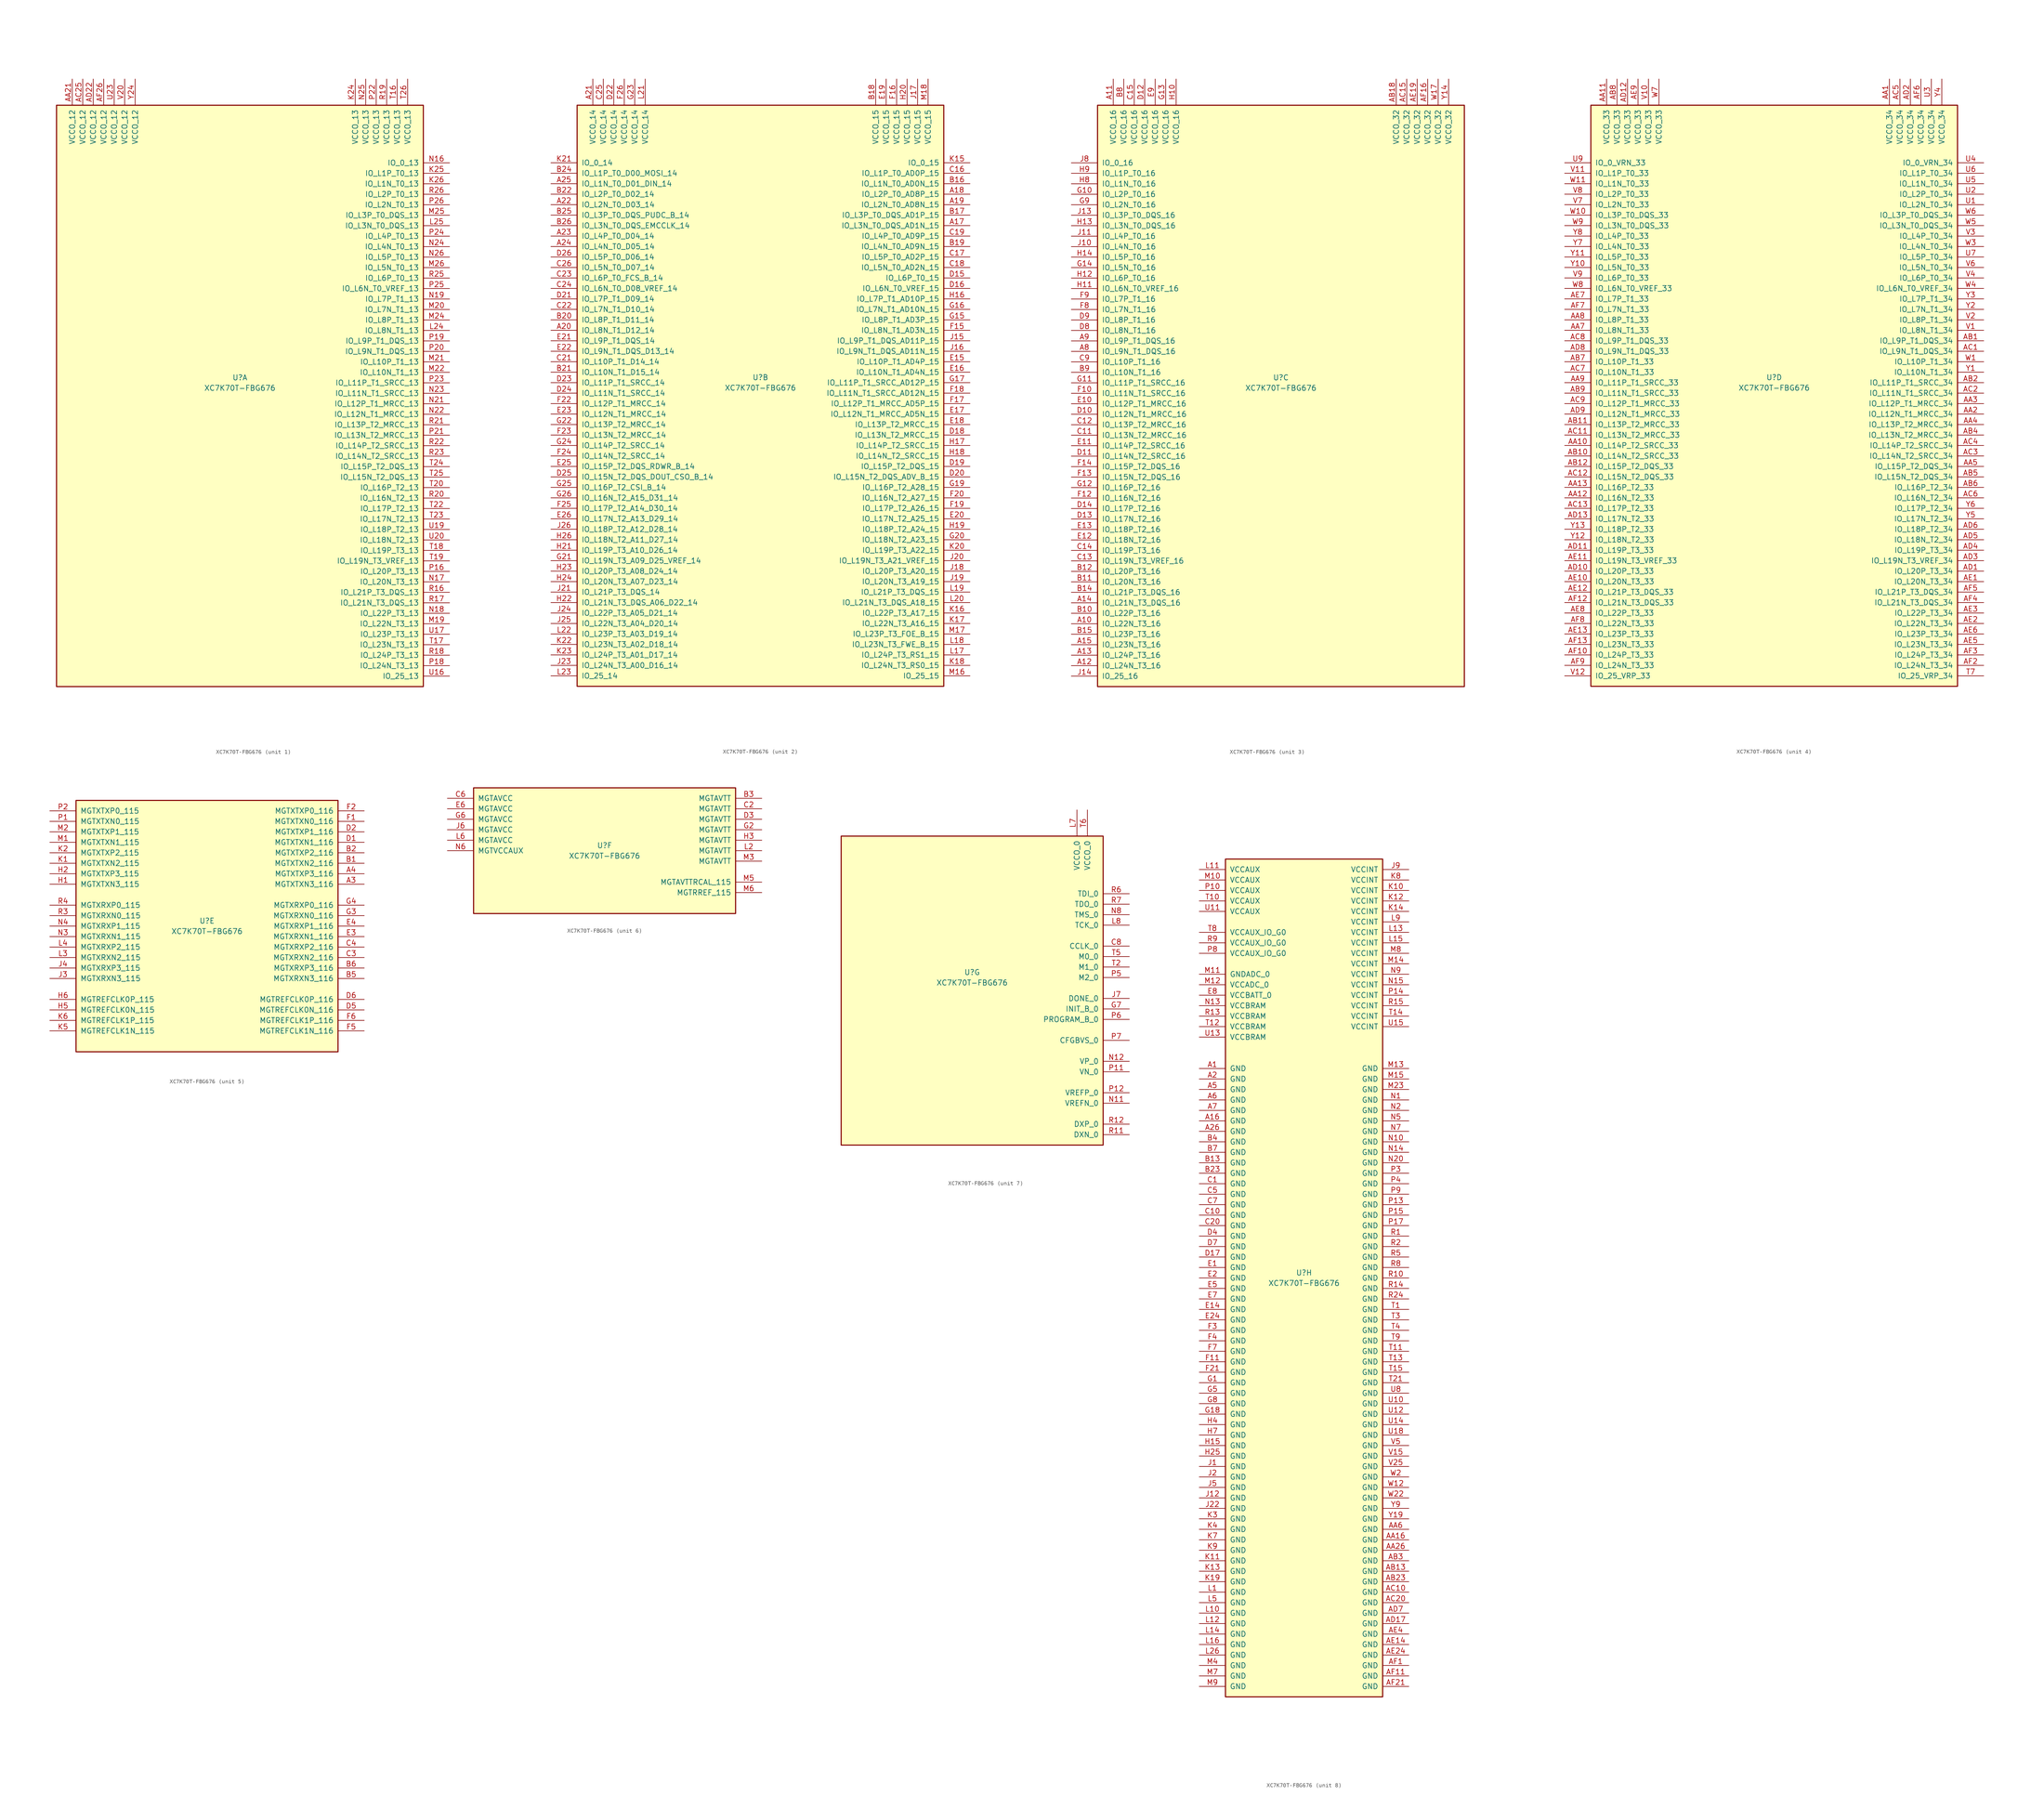
<source format=kicad_sym>
(kicad_symbol_lib
  (version 20211014)
  (generator kicad_symbol_editor)
  (symbol "XC7K70T-FBG676"
    (pin_names
      (offset 1.016))
    (property "Reference" "U"
      (at 0 1.27 0)
      (effects (font (size 1.27 1.27))))
    (property "Value" "XC7K70T-FBG676"
      (at 0 -1.27 0)
      (effects (font (size 1.27 1.27))))
    (property "Datasheet" ""
      (at 0 0 0)
      (effects (font (size 1.27 1.27))))
    (property "ki_locked" ""
      (at 0 0 0)
      (effects (font (size 1.27 1.27))))
    (symbol "XC7K70T-FBG676_1_1"
      (rectangle (start -44.45 67.31) (end 44.45 -73.66) (stroke (width 0.254) (type default) (color 0 0 0 0)) (fill (type background)))
      (pin power_in line (at -40.64 73.66 270) (length 6.35) (name "VCCO_12" (effects (font (size 1.27 1.27)))) (number "AA21" (effects (font (size 1.27 1.27)))))
      (pin power_in line (at -38.1 73.66 270) (length 6.35) (name "VCCO_12" (effects (font (size 1.27 1.27)))) (number "AC25" (effects (font (size 1.27 1.27)))))
      (pin power_in line (at -35.56 73.66 270) (length 6.35) (name "VCCO_12" (effects (font (size 1.27 1.27)))) (number "AD22" (effects (font (size 1.27 1.27)))))
      (pin power_in line (at -33.02 73.66 270) (length 6.35) (name "VCCO_12" (effects (font (size 1.27 1.27)))) (number "AF26" (effects (font (size 1.27 1.27)))))
      (pin power_in line (at 27.94 73.66 270) (length 6.35) (name "VCCO_13" (effects (font (size 1.27 1.27)))) (number "K24" (effects (font (size 1.27 1.27)))))
      (pin bidirectional line (at 50.8 50.8 180) (length 6.35) (name "IO_L1P_T0_13" (effects (font (size 1.27 1.27)))) (number "K25" (effects (font (size 1.27 1.27)))))
      (pin bidirectional line (at 50.8 48.26 180) (length 6.35) (name "IO_L1N_T0_13" (effects (font (size 1.27 1.27)))) (number "K26" (effects (font (size 1.27 1.27)))))
      (pin bidirectional line (at 50.8 12.7 180) (length 6.35) (name "IO_L8N_T1_13" (effects (font (size 1.27 1.27)))) (number "L24" (effects (font (size 1.27 1.27)))))
      (pin bidirectional line (at 50.8 38.1 180) (length 6.35) (name "IO_L3N_T0_DQS_13" (effects (font (size 1.27 1.27)))) (number "L25" (effects (font (size 1.27 1.27)))))
      (pin bidirectional line (at 50.8 -58.42 180) (length 6.35) (name "IO_L22N_T3_13" (effects (font (size 1.27 1.27)))) (number "M19" (effects (font (size 1.27 1.27)))))
      (pin bidirectional line (at 50.8 17.78 180) (length 6.35) (name "IO_L7N_T1_13" (effects (font (size 1.27 1.27)))) (number "M20" (effects (font (size 1.27 1.27)))))
      (pin bidirectional line (at 50.8 5.08 180) (length 6.35) (name "IO_L10P_T1_13" (effects (font (size 1.27 1.27)))) (number "M21" (effects (font (size 1.27 1.27)))))
      (pin bidirectional line (at 50.8 2.54 180) (length 6.35) (name "IO_L10N_T1_13" (effects (font (size 1.27 1.27)))) (number "M22" (effects (font (size 1.27 1.27)))))
      (pin bidirectional line (at 50.8 15.24 180) (length 6.35) (name "IO_L8P_T1_13" (effects (font (size 1.27 1.27)))) (number "M24" (effects (font (size 1.27 1.27)))))
      (pin bidirectional line (at 50.8 40.64 180) (length 6.35) (name "IO_L3P_T0_DQS_13" (effects (font (size 1.27 1.27)))) (number "M25" (effects (font (size 1.27 1.27)))))
      (pin bidirectional line (at 50.8 27.94 180) (length 6.35) (name "IO_L5N_T0_13" (effects (font (size 1.27 1.27)))) (number "M26" (effects (font (size 1.27 1.27)))))
      (pin bidirectional line (at 50.8 53.34 180) (length 6.35) (name "IO_0_13" (effects (font (size 1.27 1.27)))) (number "N16" (effects (font (size 1.27 1.27)))))
      (pin bidirectional line (at 50.8 -48.26 180) (length 6.35) (name "IO_L20N_T3_13" (effects (font (size 1.27 1.27)))) (number "N17" (effects (font (size 1.27 1.27)))))
      (pin bidirectional line (at 50.8 -55.88 180) (length 6.35) (name "IO_L22P_T3_13" (effects (font (size 1.27 1.27)))) (number "N18" (effects (font (size 1.27 1.27)))))
      (pin bidirectional line (at 50.8 20.32 180) (length 6.35) (name "IO_L7P_T1_13" (effects (font (size 1.27 1.27)))) (number "N19" (effects (font (size 1.27 1.27)))))
      (pin bidirectional line (at 50.8 -5.08 180) (length 6.35) (name "IO_L12P_T1_MRCC_13" (effects (font (size 1.27 1.27)))) (number "N21" (effects (font (size 1.27 1.27)))))
      (pin bidirectional line (at 50.8 -7.62 180) (length 6.35) (name "IO_L12N_T1_MRCC_13" (effects (font (size 1.27 1.27)))) (number "N22" (effects (font (size 1.27 1.27)))))
      (pin bidirectional line (at 50.8 -2.54 180) (length 6.35) (name "IO_L11N_T1_SRCC_13" (effects (font (size 1.27 1.27)))) (number "N23" (effects (font (size 1.27 1.27)))))
      (pin bidirectional line (at 50.8 33.02 180) (length 6.35) (name "IO_L4N_T0_13" (effects (font (size 1.27 1.27)))) (number "N24" (effects (font (size 1.27 1.27)))))
      (pin power_in line (at 30.48 73.66 270) (length 6.35) (name "VCCO_13" (effects (font (size 1.27 1.27)))) (number "N25" (effects (font (size 1.27 1.27)))))
      (pin bidirectional line (at 50.8 30.48 180) (length 6.35) (name "IO_L5P_T0_13" (effects (font (size 1.27 1.27)))) (number "N26" (effects (font (size 1.27 1.27)))))
      (pin bidirectional line (at 50.8 -45.72 180) (length 6.35) (name "IO_L20P_T3_13" (effects (font (size 1.27 1.27)))) (number "P16" (effects (font (size 1.27 1.27)))))
      (pin bidirectional line (at 50.8 -68.58 180) (length 6.35) (name "IO_L24N_T3_13" (effects (font (size 1.27 1.27)))) (number "P18" (effects (font (size 1.27 1.27)))))
      (pin bidirectional line (at 50.8 10.16 180) (length 6.35) (name "IO_L9P_T1_DQS_13" (effects (font (size 1.27 1.27)))) (number "P19" (effects (font (size 1.27 1.27)))))
      (pin bidirectional line (at 50.8 7.62 180) (length 6.35) (name "IO_L9N_T1_DQS_13" (effects (font (size 1.27 1.27)))) (number "P20" (effects (font (size 1.27 1.27)))))
      (pin bidirectional line (at 50.8 -12.7 180) (length 6.35) (name "IO_L13N_T2_MRCC_13" (effects (font (size 1.27 1.27)))) (number "P21" (effects (font (size 1.27 1.27)))))
      (pin power_in line (at 33.02 73.66 270) (length 6.35) (name "VCCO_13" (effects (font (size 1.27 1.27)))) (number "P22" (effects (font (size 1.27 1.27)))))
      (pin bidirectional line (at 50.8 0 180) (length 6.35) (name "IO_L11P_T1_SRCC_13" (effects (font (size 1.27 1.27)))) (number "P23" (effects (font (size 1.27 1.27)))))
      (pin bidirectional line (at 50.8 35.56 180) (length 6.35) (name "IO_L4P_T0_13" (effects (font (size 1.27 1.27)))) (number "P24" (effects (font (size 1.27 1.27)))))
      (pin bidirectional line (at 50.8 22.86 180) (length 6.35) (name "IO_L6N_T0_VREF_13" (effects (font (size 1.27 1.27)))) (number "P25" (effects (font (size 1.27 1.27)))))
      (pin bidirectional line (at 50.8 43.18 180) (length 6.35) (name "IO_L2N_T0_13" (effects (font (size 1.27 1.27)))) (number "P26" (effects (font (size 1.27 1.27)))))
      (pin bidirectional line (at 50.8 -50.8 180) (length 6.35) (name "IO_L21P_T3_DQS_13" (effects (font (size 1.27 1.27)))) (number "R16" (effects (font (size 1.27 1.27)))))
      (pin bidirectional line (at 50.8 -53.34 180) (length 6.35) (name "IO_L21N_T3_DQS_13" (effects (font (size 1.27 1.27)))) (number "R17" (effects (font (size 1.27 1.27)))))
      (pin bidirectional line (at 50.8 -66.04 180) (length 6.35) (name "IO_L24P_T3_13" (effects (font (size 1.27 1.27)))) (number "R18" (effects (font (size 1.27 1.27)))))
      (pin power_in line (at 35.56 73.66 270) (length 6.35) (name "VCCO_13" (effects (font (size 1.27 1.27)))) (number "R19" (effects (font (size 1.27 1.27)))))
      (pin bidirectional line (at 50.8 -27.94 180) (length 6.35) (name "IO_L16N_T2_13" (effects (font (size 1.27 1.27)))) (number "R20" (effects (font (size 1.27 1.27)))))
      (pin bidirectional line (at 50.8 -10.16 180) (length 6.35) (name "IO_L13P_T2_MRCC_13" (effects (font (size 1.27 1.27)))) (number "R21" (effects (font (size 1.27 1.27)))))
      (pin bidirectional line (at 50.8 -15.24 180) (length 6.35) (name "IO_L14P_T2_SRCC_13" (effects (font (size 1.27 1.27)))) (number "R22" (effects (font (size 1.27 1.27)))))
      (pin bidirectional line (at 50.8 -17.78 180) (length 6.35) (name "IO_L14N_T2_SRCC_13" (effects (font (size 1.27 1.27)))) (number "R23" (effects (font (size 1.27 1.27)))))
      (pin bidirectional line (at 50.8 25.4 180) (length 6.35) (name "IO_L6P_T0_13" (effects (font (size 1.27 1.27)))) (number "R25" (effects (font (size 1.27 1.27)))))
      (pin bidirectional line (at 50.8 45.72 180) (length 6.35) (name "IO_L2P_T0_13" (effects (font (size 1.27 1.27)))) (number "R26" (effects (font (size 1.27 1.27)))))
      (pin power_in line (at 38.1 73.66 270) (length 6.35) (name "VCCO_13" (effects (font (size 1.27 1.27)))) (number "T16" (effects (font (size 1.27 1.27)))))
      (pin bidirectional line (at 50.8 -63.5 180) (length 6.35) (name "IO_L23N_T3_13" (effects (font (size 1.27 1.27)))) (number "T17" (effects (font (size 1.27 1.27)))))
      (pin bidirectional line (at 50.8 -40.64 180) (length 6.35) (name "IO_L19P_T3_13" (effects (font (size 1.27 1.27)))) (number "T18" (effects (font (size 1.27 1.27)))))
      (pin bidirectional line (at 50.8 -43.18 180) (length 6.35) (name "IO_L19N_T3_VREF_13" (effects (font (size 1.27 1.27)))) (number "T19" (effects (font (size 1.27 1.27)))))
      (pin bidirectional line (at 50.8 -25.4 180) (length 6.35) (name "IO_L16P_T2_13" (effects (font (size 1.27 1.27)))) (number "T20" (effects (font (size 1.27 1.27)))))
      (pin bidirectional line (at 50.8 -30.48 180) (length 6.35) (name "IO_L17P_T2_13" (effects (font (size 1.27 1.27)))) (number "T22" (effects (font (size 1.27 1.27)))))
      (pin bidirectional line (at 50.8 -33.02 180) (length 6.35) (name "IO_L17N_T2_13" (effects (font (size 1.27 1.27)))) (number "T23" (effects (font (size 1.27 1.27)))))
      (pin bidirectional line (at 50.8 -20.32 180) (length 6.35) (name "IO_L15P_T2_DQS_13" (effects (font (size 1.27 1.27)))) (number "T24" (effects (font (size 1.27 1.27)))))
      (pin bidirectional line (at 50.8 -22.86 180) (length 6.35) (name "IO_L15N_T2_DQS_13" (effects (font (size 1.27 1.27)))) (number "T25" (effects (font (size 1.27 1.27)))))
      (pin power_in line (at 40.64 73.66 270) (length 6.35) (name "VCCO_13" (effects (font (size 1.27 1.27)))) (number "T26" (effects (font (size 1.27 1.27)))))
      (pin bidirectional line (at 50.8 -71.12 180) (length 6.35) (name "IO_25_13" (effects (font (size 1.27 1.27)))) (number "U16" (effects (font (size 1.27 1.27)))))
      (pin bidirectional line (at 50.8 -60.96 180) (length 6.35) (name "IO_L23P_T3_13" (effects (font (size 1.27 1.27)))) (number "U17" (effects (font (size 1.27 1.27)))))
      (pin bidirectional line (at 50.8 -35.56 180) (length 6.35) (name "IO_L18P_T2_13" (effects (font (size 1.27 1.27)))) (number "U19" (effects (font (size 1.27 1.27)))))
      (pin bidirectional line (at 50.8 -38.1 180) (length 6.35) (name "IO_L18N_T2_13" (effects (font (size 1.27 1.27)))) (number "U20" (effects (font (size 1.27 1.27)))))
      (pin power_in line (at -30.48 73.66 270) (length 6.35) (name "VCCO_12" (effects (font (size 1.27 1.27)))) (number "U23" (effects (font (size 1.27 1.27)))))
      (pin power_in line (at -27.94 73.66 270) (length 6.35) (name "VCCO_12" (effects (font (size 1.27 1.27)))) (number "V20" (effects (font (size 1.27 1.27)))))
      (pin power_in line (at -25.4 73.66 270) (length 6.35) (name "VCCO_12" (effects (font (size 1.27 1.27)))) (number "Y24" (effects (font (size 1.27 1.27))))))
    (symbol "XC7K70T-FBG676_2_1"
      (rectangle (start -44.45 67.31) (end 44.45 -73.66) (stroke (width 0.254) (type default) (color 0 0 0 0)) (fill (type background)))
      (pin bidirectional line (at 50.8 38.1 180) (length 6.35) (name "IO_L3N_T0_DQS_AD1N_15" (effects (font (size 1.27 1.27)))) (number "A17" (effects (font (size 1.27 1.27)))))
      (pin bidirectional line (at 50.8 45.72 180) (length 6.35) (name "IO_L2P_T0_AD8P_15" (effects (font (size 1.27 1.27)))) (number "A18" (effects (font (size 1.27 1.27)))))
      (pin bidirectional line (at 50.8 43.18 180) (length 6.35) (name "IO_L2N_T0_AD8N_15" (effects (font (size 1.27 1.27)))) (number "A19" (effects (font (size 1.27 1.27)))))
      (pin bidirectional line (at -50.8 12.7 0) (length 6.35) (name "IO_L8N_T1_D12_14" (effects (font (size 1.27 1.27)))) (number "A20" (effects (font (size 1.27 1.27)))))
      (pin power_in line (at -40.64 73.66 270) (length 6.35) (name "VCCO_14" (effects (font (size 1.27 1.27)))) (number "A21" (effects (font (size 1.27 1.27)))))
      (pin bidirectional line (at -50.8 43.18 0) (length 6.35) (name "IO_L2N_T0_D03_14" (effects (font (size 1.27 1.27)))) (number "A22" (effects (font (size 1.27 1.27)))))
      (pin bidirectional line (at -50.8 35.56 0) (length 6.35) (name "IO_L4P_T0_D04_14" (effects (font (size 1.27 1.27)))) (number "A23" (effects (font (size 1.27 1.27)))))
      (pin bidirectional line (at -50.8 33.02 0) (length 6.35) (name "IO_L4N_T0_D05_14" (effects (font (size 1.27 1.27)))) (number "A24" (effects (font (size 1.27 1.27)))))
      (pin bidirectional line (at -50.8 48.26 0) (length 6.35) (name "IO_L1N_T0_D01_DIN_14" (effects (font (size 1.27 1.27)))) (number "A25" (effects (font (size 1.27 1.27)))))
      (pin bidirectional line (at 50.8 48.26 180) (length 6.35) (name "IO_L1N_T0_AD0N_15" (effects (font (size 1.27 1.27)))) (number "B16" (effects (font (size 1.27 1.27)))))
      (pin bidirectional line (at 50.8 40.64 180) (length 6.35) (name "IO_L3P_T0_DQS_AD1P_15" (effects (font (size 1.27 1.27)))) (number "B17" (effects (font (size 1.27 1.27)))))
      (pin power_in line (at 27.94 73.66 270) (length 6.35) (name "VCCO_15" (effects (font (size 1.27 1.27)))) (number "B18" (effects (font (size 1.27 1.27)))))
      (pin bidirectional line (at 50.8 33.02 180) (length 6.35) (name "IO_L4N_T0_AD9N_15" (effects (font (size 1.27 1.27)))) (number "B19" (effects (font (size 1.27 1.27)))))
      (pin bidirectional line (at -50.8 15.24 0) (length 6.35) (name "IO_L8P_T1_D11_14" (effects (font (size 1.27 1.27)))) (number "B20" (effects (font (size 1.27 1.27)))))
      (pin bidirectional line (at -50.8 2.54 0) (length 6.35) (name "IO_L10N_T1_D15_14" (effects (font (size 1.27 1.27)))) (number "B21" (effects (font (size 1.27 1.27)))))
      (pin bidirectional line (at -50.8 45.72 0) (length 6.35) (name "IO_L2P_T0_D02_14" (effects (font (size 1.27 1.27)))) (number "B22" (effects (font (size 1.27 1.27)))))
      (pin bidirectional line (at -50.8 50.8 0) (length 6.35) (name "IO_L1P_T0_D00_MOSI_14" (effects (font (size 1.27 1.27)))) (number "B24" (effects (font (size 1.27 1.27)))))
      (pin bidirectional line (at -50.8 40.64 0) (length 6.35) (name "IO_L3P_T0_DQS_PUDC_B_14" (effects (font (size 1.27 1.27)))) (number "B25" (effects (font (size 1.27 1.27)))))
      (pin bidirectional line (at -50.8 38.1 0) (length 6.35) (name "IO_L3N_T0_DQS_EMCCLK_14" (effects (font (size 1.27 1.27)))) (number "B26" (effects (font (size 1.27 1.27)))))
      (pin bidirectional line (at 50.8 50.8 180) (length 6.35) (name "IO_L1P_T0_AD0P_15" (effects (font (size 1.27 1.27)))) (number "C16" (effects (font (size 1.27 1.27)))))
      (pin bidirectional line (at 50.8 30.48 180) (length 6.35) (name "IO_L5P_T0_AD2P_15" (effects (font (size 1.27 1.27)))) (number "C17" (effects (font (size 1.27 1.27)))))
      (pin bidirectional line (at 50.8 27.94 180) (length 6.35) (name "IO_L5N_T0_AD2N_15" (effects (font (size 1.27 1.27)))) (number "C18" (effects (font (size 1.27 1.27)))))
      (pin bidirectional line (at 50.8 35.56 180) (length 6.35) (name "IO_L4P_T0_AD9P_15" (effects (font (size 1.27 1.27)))) (number "C19" (effects (font (size 1.27 1.27)))))
      (pin bidirectional line (at -50.8 5.08 0) (length 6.35) (name "IO_L10P_T1_D14_14" (effects (font (size 1.27 1.27)))) (number "C21" (effects (font (size 1.27 1.27)))))
      (pin bidirectional line (at -50.8 17.78 0) (length 6.35) (name "IO_L7N_T1_D10_14" (effects (font (size 1.27 1.27)))) (number "C22" (effects (font (size 1.27 1.27)))))
      (pin bidirectional line (at -50.8 25.4 0) (length 6.35) (name "IO_L6P_T0_FCS_B_14" (effects (font (size 1.27 1.27)))) (number "C23" (effects (font (size 1.27 1.27)))))
      (pin bidirectional line (at -50.8 22.86 0) (length 6.35) (name "IO_L6N_T0_D08_VREF_14" (effects (font (size 1.27 1.27)))) (number "C24" (effects (font (size 1.27 1.27)))))
      (pin power_in line (at -38.1 73.66 270) (length 6.35) (name "VCCO_14" (effects (font (size 1.27 1.27)))) (number "C25" (effects (font (size 1.27 1.27)))))
      (pin bidirectional line (at -50.8 27.94 0) (length 6.35) (name "IO_L5N_T0_D07_14" (effects (font (size 1.27 1.27)))) (number "C26" (effects (font (size 1.27 1.27)))))
      (pin bidirectional line (at 50.8 25.4 180) (length 6.35) (name "IO_L6P_T0_15" (effects (font (size 1.27 1.27)))) (number "D15" (effects (font (size 1.27 1.27)))))
      (pin bidirectional line (at 50.8 22.86 180) (length 6.35) (name "IO_L6N_T0_VREF_15" (effects (font (size 1.27 1.27)))) (number "D16" (effects (font (size 1.27 1.27)))))
      (pin bidirectional line (at 50.8 -12.7 180) (length 6.35) (name "IO_L13N_T2_MRCC_15" (effects (font (size 1.27 1.27)))) (number "D18" (effects (font (size 1.27 1.27)))))
      (pin bidirectional line (at 50.8 -20.32 180) (length 6.35) (name "IO_L15P_T2_DQS_15" (effects (font (size 1.27 1.27)))) (number "D19" (effects (font (size 1.27 1.27)))))
      (pin bidirectional line (at 50.8 -22.86 180) (length 6.35) (name "IO_L15N_T2_DQS_ADV_B_15" (effects (font (size 1.27 1.27)))) (number "D20" (effects (font (size 1.27 1.27)))))
      (pin bidirectional line (at -50.8 20.32 0) (length 6.35) (name "IO_L7P_T1_D09_14" (effects (font (size 1.27 1.27)))) (number "D21" (effects (font (size 1.27 1.27)))))
      (pin power_in line (at -35.56 73.66 270) (length 6.35) (name "VCCO_14" (effects (font (size 1.27 1.27)))) (number "D22" (effects (font (size 1.27 1.27)))))
      (pin bidirectional line (at -50.8 0 0) (length 6.35) (name "IO_L11P_T1_SRCC_14" (effects (font (size 1.27 1.27)))) (number "D23" (effects (font (size 1.27 1.27)))))
      (pin bidirectional line (at -50.8 -2.54 0) (length 6.35) (name "IO_L11N_T1_SRCC_14" (effects (font (size 1.27 1.27)))) (number "D24" (effects (font (size 1.27 1.27)))))
      (pin bidirectional line (at -50.8 -22.86 0) (length 6.35) (name "IO_L15N_T2_DQS_DOUT_CSO_B_14" (effects (font (size 1.27 1.27)))) (number "D25" (effects (font (size 1.27 1.27)))))
      (pin bidirectional line (at -50.8 30.48 0) (length 6.35) (name "IO_L5P_T0_D06_14" (effects (font (size 1.27 1.27)))) (number "D26" (effects (font (size 1.27 1.27)))))
      (pin bidirectional line (at 50.8 5.08 180) (length 6.35) (name "IO_L10P_T1_AD4P_15" (effects (font (size 1.27 1.27)))) (number "E15" (effects (font (size 1.27 1.27)))))
      (pin bidirectional line (at 50.8 2.54 180) (length 6.35) (name "IO_L10N_T1_AD4N_15" (effects (font (size 1.27 1.27)))) (number "E16" (effects (font (size 1.27 1.27)))))
      (pin bidirectional line (at 50.8 -7.62 180) (length 6.35) (name "IO_L12N_T1_MRCC_AD5N_15" (effects (font (size 1.27 1.27)))) (number "E17" (effects (font (size 1.27 1.27)))))
      (pin bidirectional line (at 50.8 -10.16 180) (length 6.35) (name "IO_L13P_T2_MRCC_15" (effects (font (size 1.27 1.27)))) (number "E18" (effects (font (size 1.27 1.27)))))
      (pin power_in line (at 30.48 73.66 270) (length 6.35) (name "VCCO_15" (effects (font (size 1.27 1.27)))) (number "E19" (effects (font (size 1.27 1.27)))))
      (pin bidirectional line (at 50.8 -33.02 180) (length 6.35) (name "IO_L17N_T2_A25_15" (effects (font (size 1.27 1.27)))) (number "E20" (effects (font (size 1.27 1.27)))))
      (pin bidirectional line (at -50.8 10.16 0) (length 6.35) (name "IO_L9P_T1_DQS_14" (effects (font (size 1.27 1.27)))) (number "E21" (effects (font (size 1.27 1.27)))))
      (pin bidirectional line (at -50.8 7.62 0) (length 6.35) (name "IO_L9N_T1_DQS_D13_14" (effects (font (size 1.27 1.27)))) (number "E22" (effects (font (size 1.27 1.27)))))
      (pin bidirectional line (at -50.8 -7.62 0) (length 6.35) (name "IO_L12N_T1_MRCC_14" (effects (font (size 1.27 1.27)))) (number "E23" (effects (font (size 1.27 1.27)))))
      (pin bidirectional line (at -50.8 -20.32 0) (length 6.35) (name "IO_L15P_T2_DQS_RDWR_B_14" (effects (font (size 1.27 1.27)))) (number "E25" (effects (font (size 1.27 1.27)))))
      (pin bidirectional line (at -50.8 -33.02 0) (length 6.35) (name "IO_L17N_T2_A13_D29_14" (effects (font (size 1.27 1.27)))) (number "E26" (effects (font (size 1.27 1.27)))))
      (pin bidirectional line (at 50.8 12.7 180) (length 6.35) (name "IO_L8N_T1_AD3N_15" (effects (font (size 1.27 1.27)))) (number "F15" (effects (font (size 1.27 1.27)))))
      (pin power_in line (at 33.02 73.66 270) (length 6.35) (name "VCCO_15" (effects (font (size 1.27 1.27)))) (number "F16" (effects (font (size 1.27 1.27)))))
      (pin bidirectional line (at 50.8 -5.08 180) (length 6.35) (name "IO_L12P_T1_MRCC_AD5P_15" (effects (font (size 1.27 1.27)))) (number "F17" (effects (font (size 1.27 1.27)))))
      (pin bidirectional line (at 50.8 -2.54 180) (length 6.35) (name "IO_L11N_T1_SRCC_AD12N_15" (effects (font (size 1.27 1.27)))) (number "F18" (effects (font (size 1.27 1.27)))))
      (pin bidirectional line (at 50.8 -30.48 180) (length 6.35) (name "IO_L17P_T2_A26_15" (effects (font (size 1.27 1.27)))) (number "F19" (effects (font (size 1.27 1.27)))))
      (pin bidirectional line (at 50.8 -27.94 180) (length 6.35) (name "IO_L16N_T2_A27_15" (effects (font (size 1.27 1.27)))) (number "F20" (effects (font (size 1.27 1.27)))))
      (pin bidirectional line (at -50.8 -5.08 0) (length 6.35) (name "IO_L12P_T1_MRCC_14" (effects (font (size 1.27 1.27)))) (number "F22" (effects (font (size 1.27 1.27)))))
      (pin bidirectional line (at -50.8 -12.7 0) (length 6.35) (name "IO_L13N_T2_MRCC_14" (effects (font (size 1.27 1.27)))) (number "F23" (effects (font (size 1.27 1.27)))))
      (pin bidirectional line (at -50.8 -17.78 0) (length 6.35) (name "IO_L14N_T2_SRCC_14" (effects (font (size 1.27 1.27)))) (number "F24" (effects (font (size 1.27 1.27)))))
      (pin bidirectional line (at -50.8 -30.48 0) (length 6.35) (name "IO_L17P_T2_A14_D30_14" (effects (font (size 1.27 1.27)))) (number "F25" (effects (font (size 1.27 1.27)))))
      (pin power_in line (at -33.02 73.66 270) (length 6.35) (name "VCCO_14" (effects (font (size 1.27 1.27)))) (number "F26" (effects (font (size 1.27 1.27)))))
      (pin bidirectional line (at 50.8 15.24 180) (length 6.35) (name "IO_L8P_T1_AD3P_15" (effects (font (size 1.27 1.27)))) (number "G15" (effects (font (size 1.27 1.27)))))
      (pin bidirectional line (at 50.8 17.78 180) (length 6.35) (name "IO_L7N_T1_AD10N_15" (effects (font (size 1.27 1.27)))) (number "G16" (effects (font (size 1.27 1.27)))))
      (pin bidirectional line (at 50.8 0 180) (length 6.35) (name "IO_L11P_T1_SRCC_AD12P_15" (effects (font (size 1.27 1.27)))) (number "G17" (effects (font (size 1.27 1.27)))))
      (pin bidirectional line (at 50.8 -25.4 180) (length 6.35) (name "IO_L16P_T2_A28_15" (effects (font (size 1.27 1.27)))) (number "G19" (effects (font (size 1.27 1.27)))))
      (pin bidirectional line (at 50.8 -38.1 180) (length 6.35) (name "IO_L18N_T2_A23_15" (effects (font (size 1.27 1.27)))) (number "G20" (effects (font (size 1.27 1.27)))))
      (pin bidirectional line (at -50.8 -43.18 0) (length 6.35) (name "IO_L19N_T3_A09_D25_VREF_14" (effects (font (size 1.27 1.27)))) (number "G21" (effects (font (size 1.27 1.27)))))
      (pin bidirectional line (at -50.8 -10.16 0) (length 6.35) (name "IO_L13P_T2_MRCC_14" (effects (font (size 1.27 1.27)))) (number "G22" (effects (font (size 1.27 1.27)))))
      (pin power_in line (at -30.48 73.66 270) (length 6.35) (name "VCCO_14" (effects (font (size 1.27 1.27)))) (number "G23" (effects (font (size 1.27 1.27)))))
      (pin bidirectional line (at -50.8 -15.24 0) (length 6.35) (name "IO_L14P_T2_SRCC_14" (effects (font (size 1.27 1.27)))) (number "G24" (effects (font (size 1.27 1.27)))))
      (pin bidirectional line (at -50.8 -25.4 0) (length 6.35) (name "IO_L16P_T2_CSI_B_14" (effects (font (size 1.27 1.27)))) (number "G25" (effects (font (size 1.27 1.27)))))
      (pin bidirectional line (at -50.8 -27.94 0) (length 6.35) (name "IO_L16N_T2_A15_D31_14" (effects (font (size 1.27 1.27)))) (number "G26" (effects (font (size 1.27 1.27)))))
      (pin bidirectional line (at 50.8 20.32 180) (length 6.35) (name "IO_L7P_T1_AD10P_15" (effects (font (size 1.27 1.27)))) (number "H16" (effects (font (size 1.27 1.27)))))
      (pin bidirectional line (at 50.8 -15.24 180) (length 6.35) (name "IO_L14P_T2_SRCC_15" (effects (font (size 1.27 1.27)))) (number "H17" (effects (font (size 1.27 1.27)))))
      (pin bidirectional line (at 50.8 -17.78 180) (length 6.35) (name "IO_L14N_T2_SRCC_15" (effects (font (size 1.27 1.27)))) (number "H18" (effects (font (size 1.27 1.27)))))
      (pin bidirectional line (at 50.8 -35.56 180) (length 6.35) (name "IO_L18P_T2_A24_15" (effects (font (size 1.27 1.27)))) (number "H19" (effects (font (size 1.27 1.27)))))
      (pin power_in line (at 35.56 73.66 270) (length 6.35) (name "VCCO_15" (effects (font (size 1.27 1.27)))) (number "H20" (effects (font (size 1.27 1.27)))))
      (pin bidirectional line (at -50.8 -40.64 0) (length 6.35) (name "IO_L19P_T3_A10_D26_14" (effects (font (size 1.27 1.27)))) (number "H21" (effects (font (size 1.27 1.27)))))
      (pin bidirectional line (at -50.8 -53.34 0) (length 6.35) (name "IO_L21N_T3_DQS_A06_D22_14" (effects (font (size 1.27 1.27)))) (number "H22" (effects (font (size 1.27 1.27)))))
      (pin bidirectional line (at -50.8 -45.72 0) (length 6.35) (name "IO_L20P_T3_A08_D24_14" (effects (font (size 1.27 1.27)))) (number "H23" (effects (font (size 1.27 1.27)))))
      (pin bidirectional line (at -50.8 -48.26 0) (length 6.35) (name "IO_L20N_T3_A07_D23_14" (effects (font (size 1.27 1.27)))) (number "H24" (effects (font (size 1.27 1.27)))))
      (pin bidirectional line (at -50.8 -38.1 0) (length 6.35) (name "IO_L18N_T2_A11_D27_14" (effects (font (size 1.27 1.27)))) (number "H26" (effects (font (size 1.27 1.27)))))
      (pin bidirectional line (at 50.8 10.16 180) (length 6.35) (name "IO_L9P_T1_DQS_AD11P_15" (effects (font (size 1.27 1.27)))) (number "J15" (effects (font (size 1.27 1.27)))))
      (pin bidirectional line (at 50.8 7.62 180) (length 6.35) (name "IO_L9N_T1_DQS_AD11N_15" (effects (font (size 1.27 1.27)))) (number "J16" (effects (font (size 1.27 1.27)))))
      (pin power_in line (at 38.1 73.66 270) (length 6.35) (name "VCCO_15" (effects (font (size 1.27 1.27)))) (number "J17" (effects (font (size 1.27 1.27)))))
      (pin bidirectional line (at 50.8 -45.72 180) (length 6.35) (name "IO_L20P_T3_A20_15" (effects (font (size 1.27 1.27)))) (number "J18" (effects (font (size 1.27 1.27)))))
      (pin bidirectional line (at 50.8 -48.26 180) (length 6.35) (name "IO_L20N_T3_A19_15" (effects (font (size 1.27 1.27)))) (number "J19" (effects (font (size 1.27 1.27)))))
      (pin bidirectional line (at 50.8 -43.18 180) (length 6.35) (name "IO_L19N_T3_A21_VREF_15" (effects (font (size 1.27 1.27)))) (number "J20" (effects (font (size 1.27 1.27)))))
      (pin bidirectional line (at -50.8 -50.8 0) (length 6.35) (name "IO_L21P_T3_DQS_14" (effects (font (size 1.27 1.27)))) (number "J21" (effects (font (size 1.27 1.27)))))
      (pin bidirectional line (at -50.8 -68.58 0) (length 6.35) (name "IO_L24N_T3_A00_D16_14" (effects (font (size 1.27 1.27)))) (number "J23" (effects (font (size 1.27 1.27)))))
      (pin bidirectional line (at -50.8 -55.88 0) (length 6.35) (name "IO_L22P_T3_A05_D21_14" (effects (font (size 1.27 1.27)))) (number "J24" (effects (font (size 1.27 1.27)))))
      (pin bidirectional line (at -50.8 -58.42 0) (length 6.35) (name "IO_L22N_T3_A04_D20_14" (effects (font (size 1.27 1.27)))) (number "J25" (effects (font (size 1.27 1.27)))))
      (pin bidirectional line (at -50.8 -35.56 0) (length 6.35) (name "IO_L18P_T2_A12_D28_14" (effects (font (size 1.27 1.27)))) (number "J26" (effects (font (size 1.27 1.27)))))
      (pin bidirectional line (at 50.8 53.34 180) (length 6.35) (name "IO_0_15" (effects (font (size 1.27 1.27)))) (number "K15" (effects (font (size 1.27 1.27)))))
      (pin bidirectional line (at 50.8 -55.88 180) (length 6.35) (name "IO_L22P_T3_A17_15" (effects (font (size 1.27 1.27)))) (number "K16" (effects (font (size 1.27 1.27)))))
      (pin bidirectional line (at 50.8 -58.42 180) (length 6.35) (name "IO_L22N_T3_A16_15" (effects (font (size 1.27 1.27)))) (number "K17" (effects (font (size 1.27 1.27)))))
      (pin bidirectional line (at 50.8 -68.58 180) (length 6.35) (name "IO_L24N_T3_RS0_15" (effects (font (size 1.27 1.27)))) (number "K18" (effects (font (size 1.27 1.27)))))
      (pin bidirectional line (at 50.8 -40.64 180) (length 6.35) (name "IO_L19P_T3_A22_15" (effects (font (size 1.27 1.27)))) (number "K20" (effects (font (size 1.27 1.27)))))
      (pin bidirectional line (at -50.8 53.34 0) (length 6.35) (name "IO_0_14" (effects (font (size 1.27 1.27)))) (number "K21" (effects (font (size 1.27 1.27)))))
      (pin bidirectional line (at -50.8 -63.5 0) (length 6.35) (name "IO_L23N_T3_A02_D18_14" (effects (font (size 1.27 1.27)))) (number "K22" (effects (font (size 1.27 1.27)))))
      (pin bidirectional line (at -50.8 -66.04 0) (length 6.35) (name "IO_L24P_T3_A01_D17_14" (effects (font (size 1.27 1.27)))) (number "K23" (effects (font (size 1.27 1.27)))))
      (pin bidirectional line (at 50.8 -66.04 180) (length 6.35) (name "IO_L24P_T3_RS1_15" (effects (font (size 1.27 1.27)))) (number "L17" (effects (font (size 1.27 1.27)))))
      (pin bidirectional line (at 50.8 -63.5 180) (length 6.35) (name "IO_L23N_T3_FWE_B_15" (effects (font (size 1.27 1.27)))) (number "L18" (effects (font (size 1.27 1.27)))))
      (pin bidirectional line (at 50.8 -50.8 180) (length 6.35) (name "IO_L21P_T3_DQS_15" (effects (font (size 1.27 1.27)))) (number "L19" (effects (font (size 1.27 1.27)))))
      (pin bidirectional line (at 50.8 -53.34 180) (length 6.35) (name "IO_L21N_T3_DQS_A18_15" (effects (font (size 1.27 1.27)))) (number "L20" (effects (font (size 1.27 1.27)))))
      (pin power_in line (at -27.94 73.66 270) (length 6.35) (name "VCCO_14" (effects (font (size 1.27 1.27)))) (number "L21" (effects (font (size 1.27 1.27)))))
      (pin bidirectional line (at -50.8 -60.96 0) (length 6.35) (name "IO_L23P_T3_A03_D19_14" (effects (font (size 1.27 1.27)))) (number "L22" (effects (font (size 1.27 1.27)))))
      (pin bidirectional line (at -50.8 -71.12 0) (length 6.35) (name "IO_25_14" (effects (font (size 1.27 1.27)))) (number "L23" (effects (font (size 1.27 1.27)))))
      (pin bidirectional line (at 50.8 -71.12 180) (length 6.35) (name "IO_25_15" (effects (font (size 1.27 1.27)))) (number "M16" (effects (font (size 1.27 1.27)))))
      (pin bidirectional line (at 50.8 -60.96 180) (length 6.35) (name "IO_L23P_T3_FOE_B_15" (effects (font (size 1.27 1.27)))) (number "M17" (effects (font (size 1.27 1.27)))))
      (pin power_in line (at 40.64 73.66 270) (length 6.35) (name "VCCO_15" (effects (font (size 1.27 1.27)))) (number "M18" (effects (font (size 1.27 1.27))))))
    (symbol "XC7K70T-FBG676_3_1"
      (rectangle (start -44.45 67.31) (end 44.45 -73.66) (stroke (width 0.254) (type default) (color 0 0 0 0)) (fill (type background)))
      (pin bidirectional line (at -50.8 -58.42 0) (length 6.35) (name "IO_L22N_T3_16" (effects (font (size 1.27 1.27)))) (number "A10" (effects (font (size 1.27 1.27)))))
      (pin power_in line (at -40.64 73.66 270) (length 6.35) (name "VCCO_16" (effects (font (size 1.27 1.27)))) (number "A11" (effects (font (size 1.27 1.27)))))
      (pin bidirectional line (at -50.8 -68.58 0) (length 6.35) (name "IO_L24N_T3_16" (effects (font (size 1.27 1.27)))) (number "A12" (effects (font (size 1.27 1.27)))))
      (pin bidirectional line (at -50.8 -66.04 0) (length 6.35) (name "IO_L24P_T3_16" (effects (font (size 1.27 1.27)))) (number "A13" (effects (font (size 1.27 1.27)))))
      (pin bidirectional line (at -50.8 -53.34 0) (length 6.35) (name "IO_L21N_T3_DQS_16" (effects (font (size 1.27 1.27)))) (number "A14" (effects (font (size 1.27 1.27)))))
      (pin bidirectional line (at -50.8 -63.5 0) (length 6.35) (name "IO_L23N_T3_16" (effects (font (size 1.27 1.27)))) (number "A15" (effects (font (size 1.27 1.27)))))
      (pin bidirectional line (at -50.8 7.62 0) (length 6.35) (name "IO_L9N_T1_DQS_16" (effects (font (size 1.27 1.27)))) (number "A8" (effects (font (size 1.27 1.27)))))
      (pin bidirectional line (at -50.8 10.16 0) (length 6.35) (name "IO_L9P_T1_DQS_16" (effects (font (size 1.27 1.27)))) (number "A9" (effects (font (size 1.27 1.27)))))
      (pin power_in line (at 27.94 73.66 270) (length 6.35) (name "VCCO_32" (effects (font (size 1.27 1.27)))) (number "AB18" (effects (font (size 1.27 1.27)))))
      (pin power_in line (at 30.48 73.66 270) (length 6.35) (name "VCCO_32" (effects (font (size 1.27 1.27)))) (number "AC15" (effects (font (size 1.27 1.27)))))
      (pin power_in line (at 33.02 73.66 270) (length 6.35) (name "VCCO_32" (effects (font (size 1.27 1.27)))) (number "AE19" (effects (font (size 1.27 1.27)))))
      (pin power_in line (at 35.56 73.66 270) (length 6.35) (name "VCCO_32" (effects (font (size 1.27 1.27)))) (number "AF16" (effects (font (size 1.27 1.27)))))
      (pin bidirectional line (at -50.8 -55.88 0) (length 6.35) (name "IO_L22P_T3_16" (effects (font (size 1.27 1.27)))) (number "B10" (effects (font (size 1.27 1.27)))))
      (pin bidirectional line (at -50.8 -48.26 0) (length 6.35) (name "IO_L20N_T3_16" (effects (font (size 1.27 1.27)))) (number "B11" (effects (font (size 1.27 1.27)))))
      (pin bidirectional line (at -50.8 -45.72 0) (length 6.35) (name "IO_L20P_T3_16" (effects (font (size 1.27 1.27)))) (number "B12" (effects (font (size 1.27 1.27)))))
      (pin bidirectional line (at -50.8 -50.8 0) (length 6.35) (name "IO_L21P_T3_DQS_16" (effects (font (size 1.27 1.27)))) (number "B14" (effects (font (size 1.27 1.27)))))
      (pin bidirectional line (at -50.8 -60.96 0) (length 6.35) (name "IO_L23P_T3_16" (effects (font (size 1.27 1.27)))) (number "B15" (effects (font (size 1.27 1.27)))))
      (pin power_in line (at -38.1 73.66 270) (length 6.35) (name "VCCO_16" (effects (font (size 1.27 1.27)))) (number "B8" (effects (font (size 1.27 1.27)))))
      (pin bidirectional line (at -50.8 2.54 0) (length 6.35) (name "IO_L10N_T1_16" (effects (font (size 1.27 1.27)))) (number "B9" (effects (font (size 1.27 1.27)))))
      (pin bidirectional line (at -50.8 -12.7 0) (length 6.35) (name "IO_L13N_T2_MRCC_16" (effects (font (size 1.27 1.27)))) (number "C11" (effects (font (size 1.27 1.27)))))
      (pin bidirectional line (at -50.8 -10.16 0) (length 6.35) (name "IO_L13P_T2_MRCC_16" (effects (font (size 1.27 1.27)))) (number "C12" (effects (font (size 1.27 1.27)))))
      (pin bidirectional line (at -50.8 -43.18 0) (length 6.35) (name "IO_L19N_T3_VREF_16" (effects (font (size 1.27 1.27)))) (number "C13" (effects (font (size 1.27 1.27)))))
      (pin bidirectional line (at -50.8 -40.64 0) (length 6.35) (name "IO_L19P_T3_16" (effects (font (size 1.27 1.27)))) (number "C14" (effects (font (size 1.27 1.27)))))
      (pin power_in line (at -35.56 73.66 270) (length 6.35) (name "VCCO_16" (effects (font (size 1.27 1.27)))) (number "C15" (effects (font (size 1.27 1.27)))))
      (pin bidirectional line (at -50.8 5.08 0) (length 6.35) (name "IO_L10P_T1_16" (effects (font (size 1.27 1.27)))) (number "C9" (effects (font (size 1.27 1.27)))))
      (pin bidirectional line (at -50.8 -7.62 0) (length 6.35) (name "IO_L12N_T1_MRCC_16" (effects (font (size 1.27 1.27)))) (number "D10" (effects (font (size 1.27 1.27)))))
      (pin bidirectional line (at -50.8 -17.78 0) (length 6.35) (name "IO_L14N_T2_SRCC_16" (effects (font (size 1.27 1.27)))) (number "D11" (effects (font (size 1.27 1.27)))))
      (pin power_in line (at -33.02 73.66 270) (length 6.35) (name "VCCO_16" (effects (font (size 1.27 1.27)))) (number "D12" (effects (font (size 1.27 1.27)))))
      (pin bidirectional line (at -50.8 -33.02 0) (length 6.35) (name "IO_L17N_T2_16" (effects (font (size 1.27 1.27)))) (number "D13" (effects (font (size 1.27 1.27)))))
      (pin bidirectional line (at -50.8 -30.48 0) (length 6.35) (name "IO_L17P_T2_16" (effects (font (size 1.27 1.27)))) (number "D14" (effects (font (size 1.27 1.27)))))
      (pin bidirectional line (at -50.8 12.7 0) (length 6.35) (name "IO_L8N_T1_16" (effects (font (size 1.27 1.27)))) (number "D8" (effects (font (size 1.27 1.27)))))
      (pin bidirectional line (at -50.8 15.24 0) (length 6.35) (name "IO_L8P_T1_16" (effects (font (size 1.27 1.27)))) (number "D9" (effects (font (size 1.27 1.27)))))
      (pin bidirectional line (at -50.8 -5.08 0) (length 6.35) (name "IO_L12P_T1_MRCC_16" (effects (font (size 1.27 1.27)))) (number "E10" (effects (font (size 1.27 1.27)))))
      (pin bidirectional line (at -50.8 -15.24 0) (length 6.35) (name "IO_L14P_T2_SRCC_16" (effects (font (size 1.27 1.27)))) (number "E11" (effects (font (size 1.27 1.27)))))
      (pin bidirectional line (at -50.8 -38.1 0) (length 6.35) (name "IO_L18N_T2_16" (effects (font (size 1.27 1.27)))) (number "E12" (effects (font (size 1.27 1.27)))))
      (pin bidirectional line (at -50.8 -35.56 0) (length 6.35) (name "IO_L18P_T2_16" (effects (font (size 1.27 1.27)))) (number "E13" (effects (font (size 1.27 1.27)))))
      (pin power_in line (at -30.48 73.66 270) (length 6.35) (name "VCCO_16" (effects (font (size 1.27 1.27)))) (number "E9" (effects (font (size 1.27 1.27)))))
      (pin bidirectional line (at -50.8 -2.54 0) (length 6.35) (name "IO_L11N_T1_SRCC_16" (effects (font (size 1.27 1.27)))) (number "F10" (effects (font (size 1.27 1.27)))))
      (pin bidirectional line (at -50.8 -27.94 0) (length 6.35) (name "IO_L16N_T2_16" (effects (font (size 1.27 1.27)))) (number "F12" (effects (font (size 1.27 1.27)))))
      (pin bidirectional line (at -50.8 -22.86 0) (length 6.35) (name "IO_L15N_T2_DQS_16" (effects (font (size 1.27 1.27)))) (number "F13" (effects (font (size 1.27 1.27)))))
      (pin bidirectional line (at -50.8 -20.32 0) (length 6.35) (name "IO_L15P_T2_DQS_16" (effects (font (size 1.27 1.27)))) (number "F14" (effects (font (size 1.27 1.27)))))
      (pin bidirectional line (at -50.8 17.78 0) (length 6.35) (name "IO_L7N_T1_16" (effects (font (size 1.27 1.27)))) (number "F8" (effects (font (size 1.27 1.27)))))
      (pin bidirectional line (at -50.8 20.32 0) (length 6.35) (name "IO_L7P_T1_16" (effects (font (size 1.27 1.27)))) (number "F9" (effects (font (size 1.27 1.27)))))
      (pin bidirectional line (at -50.8 45.72 0) (length 6.35) (name "IO_L2P_T0_16" (effects (font (size 1.27 1.27)))) (number "G10" (effects (font (size 1.27 1.27)))))
      (pin bidirectional line (at -50.8 0 0) (length 6.35) (name "IO_L11P_T1_SRCC_16" (effects (font (size 1.27 1.27)))) (number "G11" (effects (font (size 1.27 1.27)))))
      (pin bidirectional line (at -50.8 -25.4 0) (length 6.35) (name "IO_L16P_T2_16" (effects (font (size 1.27 1.27)))) (number "G12" (effects (font (size 1.27 1.27)))))
      (pin power_in line (at -27.94 73.66 270) (length 6.35) (name "VCCO_16" (effects (font (size 1.27 1.27)))) (number "G13" (effects (font (size 1.27 1.27)))))
      (pin bidirectional line (at -50.8 27.94 0) (length 6.35) (name "IO_L5N_T0_16" (effects (font (size 1.27 1.27)))) (number "G14" (effects (font (size 1.27 1.27)))))
      (pin bidirectional line (at -50.8 43.18 0) (length 6.35) (name "IO_L2N_T0_16" (effects (font (size 1.27 1.27)))) (number "G9" (effects (font (size 1.27 1.27)))))
      (pin power_in line (at -25.4 73.66 270) (length 6.35) (name "VCCO_16" (effects (font (size 1.27 1.27)))) (number "H10" (effects (font (size 1.27 1.27)))))
      (pin bidirectional line (at -50.8 22.86 0) (length 6.35) (name "IO_L6N_T0_VREF_16" (effects (font (size 1.27 1.27)))) (number "H11" (effects (font (size 1.27 1.27)))))
      (pin bidirectional line (at -50.8 25.4 0) (length 6.35) (name "IO_L6P_T0_16" (effects (font (size 1.27 1.27)))) (number "H12" (effects (font (size 1.27 1.27)))))
      (pin bidirectional line (at -50.8 38.1 0) (length 6.35) (name "IO_L3N_T0_DQS_16" (effects (font (size 1.27 1.27)))) (number "H13" (effects (font (size 1.27 1.27)))))
      (pin bidirectional line (at -50.8 30.48 0) (length 6.35) (name "IO_L5P_T0_16" (effects (font (size 1.27 1.27)))) (number "H14" (effects (font (size 1.27 1.27)))))
      (pin bidirectional line (at -50.8 48.26 0) (length 6.35) (name "IO_L1N_T0_16" (effects (font (size 1.27 1.27)))) (number "H8" (effects (font (size 1.27 1.27)))))
      (pin bidirectional line (at -50.8 50.8 0) (length 6.35) (name "IO_L1P_T0_16" (effects (font (size 1.27 1.27)))) (number "H9" (effects (font (size 1.27 1.27)))))
      (pin bidirectional line (at -50.8 33.02 0) (length 6.35) (name "IO_L4N_T0_16" (effects (font (size 1.27 1.27)))) (number "J10" (effects (font (size 1.27 1.27)))))
      (pin bidirectional line (at -50.8 35.56 0) (length 6.35) (name "IO_L4P_T0_16" (effects (font (size 1.27 1.27)))) (number "J11" (effects (font (size 1.27 1.27)))))
      (pin bidirectional line (at -50.8 40.64 0) (length 6.35) (name "IO_L3P_T0_DQS_16" (effects (font (size 1.27 1.27)))) (number "J13" (effects (font (size 1.27 1.27)))))
      (pin bidirectional line (at -50.8 -71.12 0) (length 6.35) (name "IO_25_16" (effects (font (size 1.27 1.27)))) (number "J14" (effects (font (size 1.27 1.27)))))
      (pin bidirectional line (at -50.8 53.34 0) (length 6.35) (name "IO_0_16" (effects (font (size 1.27 1.27)))) (number "J8" (effects (font (size 1.27 1.27)))))
      (pin power_in line (at 38.1 73.66 270) (length 6.35) (name "VCCO_32" (effects (font (size 1.27 1.27)))) (number "W17" (effects (font (size 1.27 1.27)))))
      (pin power_in line (at 40.64 73.66 270) (length 6.35) (name "VCCO_32" (effects (font (size 1.27 1.27)))) (number "Y14" (effects (font (size 1.27 1.27))))))
    (symbol "XC7K70T-FBG676_4_1"
      (rectangle (start -44.45 67.31) (end 44.45 -73.66) (stroke (width 0.254) (type default) (color 0 0 0 0)) (fill (type background)))
      (pin power_in line (at 27.94 73.66 270) (length 6.35) (name "VCCO_34" (effects (font (size 1.27 1.27)))) (number "AA1" (effects (font (size 1.27 1.27)))))
      (pin bidirectional line (at -50.8 -15.24 0) (length 6.35) (name "IO_L14P_T2_SRCC_33" (effects (font (size 1.27 1.27)))) (number "AA10" (effects (font (size 1.27 1.27)))))
      (pin power_in line (at -40.64 73.66 270) (length 6.35) (name "VCCO_33" (effects (font (size 1.27 1.27)))) (number "AA11" (effects (font (size 1.27 1.27)))))
      (pin bidirectional line (at -50.8 -27.94 0) (length 6.35) (name "IO_L16N_T2_33" (effects (font (size 1.27 1.27)))) (number "AA12" (effects (font (size 1.27 1.27)))))
      (pin bidirectional line (at -50.8 -25.4 0) (length 6.35) (name "IO_L16P_T2_33" (effects (font (size 1.27 1.27)))) (number "AA13" (effects (font (size 1.27 1.27)))))
      (pin bidirectional line (at 50.8 -7.62 180) (length 6.35) (name "IO_L12N_T1_MRCC_34" (effects (font (size 1.27 1.27)))) (number "AA2" (effects (font (size 1.27 1.27)))))
      (pin bidirectional line (at 50.8 -5.08 180) (length 6.35) (name "IO_L12P_T1_MRCC_34" (effects (font (size 1.27 1.27)))) (number "AA3" (effects (font (size 1.27 1.27)))))
      (pin bidirectional line (at 50.8 -10.16 180) (length 6.35) (name "IO_L13P_T2_MRCC_34" (effects (font (size 1.27 1.27)))) (number "AA4" (effects (font (size 1.27 1.27)))))
      (pin bidirectional line (at 50.8 -20.32 180) (length 6.35) (name "IO_L15P_T2_DQS_34" (effects (font (size 1.27 1.27)))) (number "AA5" (effects (font (size 1.27 1.27)))))
      (pin bidirectional line (at -50.8 12.7 0) (length 6.35) (name "IO_L8N_T1_33" (effects (font (size 1.27 1.27)))) (number "AA7" (effects (font (size 1.27 1.27)))))
      (pin bidirectional line (at -50.8 15.24 0) (length 6.35) (name "IO_L8P_T1_33" (effects (font (size 1.27 1.27)))) (number "AA8" (effects (font (size 1.27 1.27)))))
      (pin bidirectional line (at -50.8 0 0) (length 6.35) (name "IO_L11P_T1_SRCC_33" (effects (font (size 1.27 1.27)))) (number "AA9" (effects (font (size 1.27 1.27)))))
      (pin bidirectional line (at 50.8 10.16 180) (length 6.35) (name "IO_L9P_T1_DQS_34" (effects (font (size 1.27 1.27)))) (number "AB1" (effects (font (size 1.27 1.27)))))
      (pin bidirectional line (at -50.8 -17.78 0) (length 6.35) (name "IO_L14N_T2_SRCC_33" (effects (font (size 1.27 1.27)))) (number "AB10" (effects (font (size 1.27 1.27)))))
      (pin bidirectional line (at -50.8 -10.16 0) (length 6.35) (name "IO_L13P_T2_MRCC_33" (effects (font (size 1.27 1.27)))) (number "AB11" (effects (font (size 1.27 1.27)))))
      (pin bidirectional line (at -50.8 -20.32 0) (length 6.35) (name "IO_L15P_T2_DQS_33" (effects (font (size 1.27 1.27)))) (number "AB12" (effects (font (size 1.27 1.27)))))
      (pin bidirectional line (at 50.8 0 180) (length 6.35) (name "IO_L11P_T1_SRCC_34" (effects (font (size 1.27 1.27)))) (number "AB2" (effects (font (size 1.27 1.27)))))
      (pin bidirectional line (at 50.8 -12.7 180) (length 6.35) (name "IO_L13N_T2_MRCC_34" (effects (font (size 1.27 1.27)))) (number "AB4" (effects (font (size 1.27 1.27)))))
      (pin bidirectional line (at 50.8 -22.86 180) (length 6.35) (name "IO_L15N_T2_DQS_34" (effects (font (size 1.27 1.27)))) (number "AB5" (effects (font (size 1.27 1.27)))))
      (pin bidirectional line (at 50.8 -25.4 180) (length 6.35) (name "IO_L16P_T2_34" (effects (font (size 1.27 1.27)))) (number "AB6" (effects (font (size 1.27 1.27)))))
      (pin bidirectional line (at -50.8 5.08 0) (length 6.35) (name "IO_L10P_T1_33" (effects (font (size 1.27 1.27)))) (number "AB7" (effects (font (size 1.27 1.27)))))
      (pin power_in line (at -38.1 73.66 270) (length 6.35) (name "VCCO_33" (effects (font (size 1.27 1.27)))) (number "AB8" (effects (font (size 1.27 1.27)))))
      (pin bidirectional line (at -50.8 -2.54 0) (length 6.35) (name "IO_L11N_T1_SRCC_33" (effects (font (size 1.27 1.27)))) (number "AB9" (effects (font (size 1.27 1.27)))))
      (pin bidirectional line (at 50.8 7.62 180) (length 6.35) (name "IO_L9N_T1_DQS_34" (effects (font (size 1.27 1.27)))) (number "AC1" (effects (font (size 1.27 1.27)))))
      (pin bidirectional line (at -50.8 -12.7 0) (length 6.35) (name "IO_L13N_T2_MRCC_33" (effects (font (size 1.27 1.27)))) (number "AC11" (effects (font (size 1.27 1.27)))))
      (pin bidirectional line (at -50.8 -22.86 0) (length 6.35) (name "IO_L15N_T2_DQS_33" (effects (font (size 1.27 1.27)))) (number "AC12" (effects (font (size 1.27 1.27)))))
      (pin bidirectional line (at -50.8 -30.48 0) (length 6.35) (name "IO_L17P_T2_33" (effects (font (size 1.27 1.27)))) (number "AC13" (effects (font (size 1.27 1.27)))))
      (pin bidirectional line (at 50.8 -2.54 180) (length 6.35) (name "IO_L11N_T1_SRCC_34" (effects (font (size 1.27 1.27)))) (number "AC2" (effects (font (size 1.27 1.27)))))
      (pin bidirectional line (at 50.8 -17.78 180) (length 6.35) (name "IO_L14N_T2_SRCC_34" (effects (font (size 1.27 1.27)))) (number "AC3" (effects (font (size 1.27 1.27)))))
      (pin bidirectional line (at 50.8 -15.24 180) (length 6.35) (name "IO_L14P_T2_SRCC_34" (effects (font (size 1.27 1.27)))) (number "AC4" (effects (font (size 1.27 1.27)))))
      (pin power_in line (at 30.48 73.66 270) (length 6.35) (name "VCCO_34" (effects (font (size 1.27 1.27)))) (number "AC5" (effects (font (size 1.27 1.27)))))
      (pin bidirectional line (at 50.8 -27.94 180) (length 6.35) (name "IO_L16N_T2_34" (effects (font (size 1.27 1.27)))) (number "AC6" (effects (font (size 1.27 1.27)))))
      (pin bidirectional line (at -50.8 2.54 0) (length 6.35) (name "IO_L10N_T1_33" (effects (font (size 1.27 1.27)))) (number "AC7" (effects (font (size 1.27 1.27)))))
      (pin bidirectional line (at -50.8 10.16 0) (length 6.35) (name "IO_L9P_T1_DQS_33" (effects (font (size 1.27 1.27)))) (number "AC8" (effects (font (size 1.27 1.27)))))
      (pin bidirectional line (at -50.8 -5.08 0) (length 6.35) (name "IO_L12P_T1_MRCC_33" (effects (font (size 1.27 1.27)))) (number "AC9" (effects (font (size 1.27 1.27)))))
      (pin bidirectional line (at 50.8 -45.72 180) (length 6.35) (name "IO_L20P_T3_34" (effects (font (size 1.27 1.27)))) (number "AD1" (effects (font (size 1.27 1.27)))))
      (pin bidirectional line (at -50.8 -45.72 0) (length 6.35) (name "IO_L20P_T3_33" (effects (font (size 1.27 1.27)))) (number "AD10" (effects (font (size 1.27 1.27)))))
      (pin bidirectional line (at -50.8 -40.64 0) (length 6.35) (name "IO_L19P_T3_33" (effects (font (size 1.27 1.27)))) (number "AD11" (effects (font (size 1.27 1.27)))))
      (pin power_in line (at -35.56 73.66 270) (length 6.35) (name "VCCO_33" (effects (font (size 1.27 1.27)))) (number "AD12" (effects (font (size 1.27 1.27)))))
      (pin bidirectional line (at -50.8 -33.02 0) (length 6.35) (name "IO_L17N_T2_33" (effects (font (size 1.27 1.27)))) (number "AD13" (effects (font (size 1.27 1.27)))))
      (pin power_in line (at 33.02 73.66 270) (length 6.35) (name "VCCO_34" (effects (font (size 1.27 1.27)))) (number "AD2" (effects (font (size 1.27 1.27)))))
      (pin bidirectional line (at 50.8 -43.18 180) (length 6.35) (name "IO_L19N_T3_VREF_34" (effects (font (size 1.27 1.27)))) (number "AD3" (effects (font (size 1.27 1.27)))))
      (pin bidirectional line (at 50.8 -40.64 180) (length 6.35) (name "IO_L19P_T3_34" (effects (font (size 1.27 1.27)))) (number "AD4" (effects (font (size 1.27 1.27)))))
      (pin bidirectional line (at 50.8 -38.1 180) (length 6.35) (name "IO_L18N_T2_34" (effects (font (size 1.27 1.27)))) (number "AD5" (effects (font (size 1.27 1.27)))))
      (pin bidirectional line (at 50.8 -35.56 180) (length 6.35) (name "IO_L18P_T2_34" (effects (font (size 1.27 1.27)))) (number "AD6" (effects (font (size 1.27 1.27)))))
      (pin bidirectional line (at -50.8 7.62 0) (length 6.35) (name "IO_L9N_T1_DQS_33" (effects (font (size 1.27 1.27)))) (number "AD8" (effects (font (size 1.27 1.27)))))
      (pin bidirectional line (at -50.8 -7.62 0) (length 6.35) (name "IO_L12N_T1_MRCC_33" (effects (font (size 1.27 1.27)))) (number "AD9" (effects (font (size 1.27 1.27)))))
      (pin bidirectional line (at 50.8 -48.26 180) (length 6.35) (name "IO_L20N_T3_34" (effects (font (size 1.27 1.27)))) (number "AE1" (effects (font (size 1.27 1.27)))))
      (pin bidirectional line (at -50.8 -48.26 0) (length 6.35) (name "IO_L20N_T3_33" (effects (font (size 1.27 1.27)))) (number "AE10" (effects (font (size 1.27 1.27)))))
      (pin bidirectional line (at -50.8 -43.18 0) (length 6.35) (name "IO_L19N_T3_VREF_33" (effects (font (size 1.27 1.27)))) (number "AE11" (effects (font (size 1.27 1.27)))))
      (pin bidirectional line (at -50.8 -50.8 0) (length 6.35) (name "IO_L21P_T3_DQS_33" (effects (font (size 1.27 1.27)))) (number "AE12" (effects (font (size 1.27 1.27)))))
      (pin bidirectional line (at -50.8 -60.96 0) (length 6.35) (name "IO_L23P_T3_33" (effects (font (size 1.27 1.27)))) (number "AE13" (effects (font (size 1.27 1.27)))))
      (pin bidirectional line (at 50.8 -58.42 180) (length 6.35) (name "IO_L22N_T3_34" (effects (font (size 1.27 1.27)))) (number "AE2" (effects (font (size 1.27 1.27)))))
      (pin bidirectional line (at 50.8 -55.88 180) (length 6.35) (name "IO_L22P_T3_34" (effects (font (size 1.27 1.27)))) (number "AE3" (effects (font (size 1.27 1.27)))))
      (pin bidirectional line (at 50.8 -63.5 180) (length 6.35) (name "IO_L23N_T3_34" (effects (font (size 1.27 1.27)))) (number "AE5" (effects (font (size 1.27 1.27)))))
      (pin bidirectional line (at 50.8 -60.96 180) (length 6.35) (name "IO_L23P_T3_34" (effects (font (size 1.27 1.27)))) (number "AE6" (effects (font (size 1.27 1.27)))))
      (pin bidirectional line (at -50.8 20.32 0) (length 6.35) (name "IO_L7P_T1_33" (effects (font (size 1.27 1.27)))) (number "AE7" (effects (font (size 1.27 1.27)))))
      (pin bidirectional line (at -50.8 -55.88 0) (length 6.35) (name "IO_L22P_T3_33" (effects (font (size 1.27 1.27)))) (number "AE8" (effects (font (size 1.27 1.27)))))
      (pin power_in line (at -33.02 73.66 270) (length 6.35) (name "VCCO_33" (effects (font (size 1.27 1.27)))) (number "AE9" (effects (font (size 1.27 1.27)))))
      (pin bidirectional line (at -50.8 -66.04 0) (length 6.35) (name "IO_L24P_T3_33" (effects (font (size 1.27 1.27)))) (number "AF10" (effects (font (size 1.27 1.27)))))
      (pin bidirectional line (at -50.8 -53.34 0) (length 6.35) (name "IO_L21N_T3_DQS_33" (effects (font (size 1.27 1.27)))) (number "AF12" (effects (font (size 1.27 1.27)))))
      (pin bidirectional line (at -50.8 -63.5 0) (length 6.35) (name "IO_L23N_T3_33" (effects (font (size 1.27 1.27)))) (number "AF13" (effects (font (size 1.27 1.27)))))
      (pin bidirectional line (at 50.8 -68.58 180) (length 6.35) (name "IO_L24N_T3_34" (effects (font (size 1.27 1.27)))) (number "AF2" (effects (font (size 1.27 1.27)))))
      (pin bidirectional line (at 50.8 -66.04 180) (length 6.35) (name "IO_L24P_T3_34" (effects (font (size 1.27 1.27)))) (number "AF3" (effects (font (size 1.27 1.27)))))
      (pin bidirectional line (at 50.8 -53.34 180) (length 6.35) (name "IO_L21N_T3_DQS_34" (effects (font (size 1.27 1.27)))) (number "AF4" (effects (font (size 1.27 1.27)))))
      (pin bidirectional line (at 50.8 -50.8 180) (length 6.35) (name "IO_L21P_T3_DQS_34" (effects (font (size 1.27 1.27)))) (number "AF5" (effects (font (size 1.27 1.27)))))
      (pin power_in line (at 35.56 73.66 270) (length 6.35) (name "VCCO_34" (effects (font (size 1.27 1.27)))) (number "AF6" (effects (font (size 1.27 1.27)))))
      (pin bidirectional line (at -50.8 17.78 0) (length 6.35) (name "IO_L7N_T1_33" (effects (font (size 1.27 1.27)))) (number "AF7" (effects (font (size 1.27 1.27)))))
      (pin bidirectional line (at -50.8 -58.42 0) (length 6.35) (name "IO_L22N_T3_33" (effects (font (size 1.27 1.27)))) (number "AF8" (effects (font (size 1.27 1.27)))))
      (pin bidirectional line (at -50.8 -68.58 0) (length 6.35) (name "IO_L24N_T3_33" (effects (font (size 1.27 1.27)))) (number "AF9" (effects (font (size 1.27 1.27)))))
      (pin bidirectional line (at 50.8 -71.12 180) (length 6.35) (name "IO_25_VRP_34" (effects (font (size 1.27 1.27)))) (number "T7" (effects (font (size 1.27 1.27)))))
      (pin bidirectional line (at 50.8 43.18 180) (length 6.35) (name "IO_L2N_T0_34" (effects (font (size 1.27 1.27)))) (number "U1" (effects (font (size 1.27 1.27)))))
      (pin bidirectional line (at 50.8 45.72 180) (length 6.35) (name "IO_L2P_T0_34" (effects (font (size 1.27 1.27)))) (number "U2" (effects (font (size 1.27 1.27)))))
      (pin power_in line (at 38.1 73.66 270) (length 6.35) (name "VCCO_34" (effects (font (size 1.27 1.27)))) (number "U3" (effects (font (size 1.27 1.27)))))
      (pin bidirectional line (at 50.8 53.34 180) (length 6.35) (name "IO_0_VRN_34" (effects (font (size 1.27 1.27)))) (number "U4" (effects (font (size 1.27 1.27)))))
      (pin bidirectional line (at 50.8 48.26 180) (length 6.35) (name "IO_L1N_T0_34" (effects (font (size 1.27 1.27)))) (number "U5" (effects (font (size 1.27 1.27)))))
      (pin bidirectional line (at 50.8 50.8 180) (length 6.35) (name "IO_L1P_T0_34" (effects (font (size 1.27 1.27)))) (number "U6" (effects (font (size 1.27 1.27)))))
      (pin bidirectional line (at 50.8 30.48 180) (length 6.35) (name "IO_L5P_T0_34" (effects (font (size 1.27 1.27)))) (number "U7" (effects (font (size 1.27 1.27)))))
      (pin bidirectional line (at -50.8 53.34 0) (length 6.35) (name "IO_0_VRN_33" (effects (font (size 1.27 1.27)))) (number "U9" (effects (font (size 1.27 1.27)))))
      (pin bidirectional line (at 50.8 12.7 180) (length 6.35) (name "IO_L8N_T1_34" (effects (font (size 1.27 1.27)))) (number "V1" (effects (font (size 1.27 1.27)))))
      (pin power_in line (at -30.48 73.66 270) (length 6.35) (name "VCCO_33" (effects (font (size 1.27 1.27)))) (number "V10" (effects (font (size 1.27 1.27)))))
      (pin bidirectional line (at -50.8 50.8 0) (length 6.35) (name "IO_L1P_T0_33" (effects (font (size 1.27 1.27)))) (number "V11" (effects (font (size 1.27 1.27)))))
      (pin bidirectional line (at -50.8 -71.12 0) (length 6.35) (name "IO_25_VRP_33" (effects (font (size 1.27 1.27)))) (number "V12" (effects (font (size 1.27 1.27)))))
      (pin bidirectional line (at 50.8 15.24 180) (length 6.35) (name "IO_L8P_T1_34" (effects (font (size 1.27 1.27)))) (number "V2" (effects (font (size 1.27 1.27)))))
      (pin bidirectional line (at 50.8 35.56 180) (length 6.35) (name "IO_L4P_T0_34" (effects (font (size 1.27 1.27)))) (number "V3" (effects (font (size 1.27 1.27)))))
      (pin bidirectional line (at 50.8 25.4 180) (length 6.35) (name "IO_L6P_T0_34" (effects (font (size 1.27 1.27)))) (number "V4" (effects (font (size 1.27 1.27)))))
      (pin bidirectional line (at 50.8 27.94 180) (length 6.35) (name "IO_L5N_T0_34" (effects (font (size 1.27 1.27)))) (number "V6" (effects (font (size 1.27 1.27)))))
      (pin bidirectional line (at -50.8 43.18 0) (length 6.35) (name "IO_L2N_T0_33" (effects (font (size 1.27 1.27)))) (number "V7" (effects (font (size 1.27 1.27)))))
      (pin bidirectional line (at -50.8 45.72 0) (length 6.35) (name "IO_L2P_T0_33" (effects (font (size 1.27 1.27)))) (number "V8" (effects (font (size 1.27 1.27)))))
      (pin bidirectional line (at -50.8 25.4 0) (length 6.35) (name "IO_L6P_T0_33" (effects (font (size 1.27 1.27)))) (number "V9" (effects (font (size 1.27 1.27)))))
      (pin bidirectional line (at 50.8 5.08 180) (length 6.35) (name "IO_L10P_T1_34" (effects (font (size 1.27 1.27)))) (number "W1" (effects (font (size 1.27 1.27)))))
      (pin bidirectional line (at -50.8 40.64 0) (length 6.35) (name "IO_L3P_T0_DQS_33" (effects (font (size 1.27 1.27)))) (number "W10" (effects (font (size 1.27 1.27)))))
      (pin bidirectional line (at -50.8 48.26 0) (length 6.35) (name "IO_L1N_T0_33" (effects (font (size 1.27 1.27)))) (number "W11" (effects (font (size 1.27 1.27)))))
      (pin bidirectional line (at 50.8 33.02 180) (length 6.35) (name "IO_L4N_T0_34" (effects (font (size 1.27 1.27)))) (number "W3" (effects (font (size 1.27 1.27)))))
      (pin bidirectional line (at 50.8 22.86 180) (length 6.35) (name "IO_L6N_T0_VREF_34" (effects (font (size 1.27 1.27)))) (number "W4" (effects (font (size 1.27 1.27)))))
      (pin bidirectional line (at 50.8 38.1 180) (length 6.35) (name "IO_L3N_T0_DQS_34" (effects (font (size 1.27 1.27)))) (number "W5" (effects (font (size 1.27 1.27)))))
      (pin bidirectional line (at 50.8 40.64 180) (length 6.35) (name "IO_L3P_T0_DQS_34" (effects (font (size 1.27 1.27)))) (number "W6" (effects (font (size 1.27 1.27)))))
      (pin power_in line (at -27.94 73.66 270) (length 6.35) (name "VCCO_33" (effects (font (size 1.27 1.27)))) (number "W7" (effects (font (size 1.27 1.27)))))
      (pin bidirectional line (at -50.8 22.86 0) (length 6.35) (name "IO_L6N_T0_VREF_33" (effects (font (size 1.27 1.27)))) (number "W8" (effects (font (size 1.27 1.27)))))
      (pin bidirectional line (at -50.8 38.1 0) (length 6.35) (name "IO_L3N_T0_DQS_33" (effects (font (size 1.27 1.27)))) (number "W9" (effects (font (size 1.27 1.27)))))
      (pin bidirectional line (at 50.8 2.54 180) (length 6.35) (name "IO_L10N_T1_34" (effects (font (size 1.27 1.27)))) (number "Y1" (effects (font (size 1.27 1.27)))))
      (pin bidirectional line (at -50.8 27.94 0) (length 6.35) (name "IO_L5N_T0_33" (effects (font (size 1.27 1.27)))) (number "Y10" (effects (font (size 1.27 1.27)))))
      (pin bidirectional line (at -50.8 30.48 0) (length 6.35) (name "IO_L5P_T0_33" (effects (font (size 1.27 1.27)))) (number "Y11" (effects (font (size 1.27 1.27)))))
      (pin bidirectional line (at -50.8 -38.1 0) (length 6.35) (name "IO_L18N_T2_33" (effects (font (size 1.27 1.27)))) (number "Y12" (effects (font (size 1.27 1.27)))))
      (pin bidirectional line (at -50.8 -35.56 0) (length 6.35) (name "IO_L18P_T2_33" (effects (font (size 1.27 1.27)))) (number "Y13" (effects (font (size 1.27 1.27)))))
      (pin bidirectional line (at 50.8 17.78 180) (length 6.35) (name "IO_L7N_T1_34" (effects (font (size 1.27 1.27)))) (number "Y2" (effects (font (size 1.27 1.27)))))
      (pin bidirectional line (at 50.8 20.32 180) (length 6.35) (name "IO_L7P_T1_34" (effects (font (size 1.27 1.27)))) (number "Y3" (effects (font (size 1.27 1.27)))))
      (pin power_in line (at 40.64 73.66 270) (length 6.35) (name "VCCO_34" (effects (font (size 1.27 1.27)))) (number "Y4" (effects (font (size 1.27 1.27)))))
      (pin bidirectional line (at 50.8 -33.02 180) (length 6.35) (name "IO_L17N_T2_34" (effects (font (size 1.27 1.27)))) (number "Y5" (effects (font (size 1.27 1.27)))))
      (pin bidirectional line (at 50.8 -30.48 180) (length 6.35) (name "IO_L17P_T2_34" (effects (font (size 1.27 1.27)))) (number "Y6" (effects (font (size 1.27 1.27)))))
      (pin bidirectional line (at -50.8 33.02 0) (length 6.35) (name "IO_L4N_T0_33" (effects (font (size 1.27 1.27)))) (number "Y7" (effects (font (size 1.27 1.27)))))
      (pin bidirectional line (at -50.8 35.56 0) (length 6.35) (name "IO_L4P_T0_33" (effects (font (size 1.27 1.27)))) (number "Y8" (effects (font (size 1.27 1.27))))))
    (symbol "XC7K70T-FBG676_5_1"
      (rectangle (start -31.75 30.48) (end 31.75 -30.48) (stroke (width 0.254) (type default) (color 0 0 0 0)) (fill (type background)))
      (pin bidirectional line (at 38.1 10.16 180) (length 6.35) (name "MGTXTXN3_116" (effects (font (size 1.27 1.27)))) (number "A3" (effects (font (size 1.27 1.27)))))
      (pin bidirectional line (at 38.1 12.7 180) (length 6.35) (name "MGTXTXP3_116" (effects (font (size 1.27 1.27)))) (number "A4" (effects (font (size 1.27 1.27)))))
      (pin bidirectional line (at 38.1 15.24 180) (length 6.35) (name "MGTXTXN2_116" (effects (font (size 1.27 1.27)))) (number "B1" (effects (font (size 1.27 1.27)))))
      (pin bidirectional line (at 38.1 17.78 180) (length 6.35) (name "MGTXTXP2_116" (effects (font (size 1.27 1.27)))) (number "B2" (effects (font (size 1.27 1.27)))))
      (pin bidirectional line (at 38.1 -12.7 180) (length 6.35) (name "MGTXRXN3_116" (effects (font (size 1.27 1.27)))) (number "B5" (effects (font (size 1.27 1.27)))))
      (pin bidirectional line (at 38.1 -10.16 180) (length 6.35) (name "MGTXRXP3_116" (effects (font (size 1.27 1.27)))) (number "B6" (effects (font (size 1.27 1.27)))))
      (pin bidirectional line (at 38.1 -7.62 180) (length 6.35) (name "MGTXRXN2_116" (effects (font (size 1.27 1.27)))) (number "C3" (effects (font (size 1.27 1.27)))))
      (pin bidirectional line (at 38.1 -5.08 180) (length 6.35) (name "MGTXRXP2_116" (effects (font (size 1.27 1.27)))) (number "C4" (effects (font (size 1.27 1.27)))))
      (pin bidirectional line (at 38.1 20.32 180) (length 6.35) (name "MGTXTXN1_116" (effects (font (size 1.27 1.27)))) (number "D1" (effects (font (size 1.27 1.27)))))
      (pin bidirectional line (at 38.1 22.86 180) (length 6.35) (name "MGTXTXP1_116" (effects (font (size 1.27 1.27)))) (number "D2" (effects (font (size 1.27 1.27)))))
      (pin bidirectional line (at 38.1 -20.32 180) (length 6.35) (name "MGTREFCLK0N_116" (effects (font (size 1.27 1.27)))) (number "D5" (effects (font (size 1.27 1.27)))))
      (pin bidirectional line (at 38.1 -17.78 180) (length 6.35) (name "MGTREFCLK0P_116" (effects (font (size 1.27 1.27)))) (number "D6" (effects (font (size 1.27 1.27)))))
      (pin bidirectional line (at 38.1 -2.54 180) (length 6.35) (name "MGTXRXN1_116" (effects (font (size 1.27 1.27)))) (number "E3" (effects (font (size 1.27 1.27)))))
      (pin bidirectional line (at 38.1 0 180) (length 6.35) (name "MGTXRXP1_116" (effects (font (size 1.27 1.27)))) (number "E4" (effects (font (size 1.27 1.27)))))
      (pin bidirectional line (at 38.1 25.4 180) (length 6.35) (name "MGTXTXN0_116" (effects (font (size 1.27 1.27)))) (number "F1" (effects (font (size 1.27 1.27)))))
      (pin bidirectional line (at 38.1 27.94 180) (length 6.35) (name "MGTXTXP0_116" (effects (font (size 1.27 1.27)))) (number "F2" (effects (font (size 1.27 1.27)))))
      (pin bidirectional line (at 38.1 -25.4 180) (length 6.35) (name "MGTREFCLK1N_116" (effects (font (size 1.27 1.27)))) (number "F5" (effects (font (size 1.27 1.27)))))
      (pin bidirectional line (at 38.1 -22.86 180) (length 6.35) (name "MGTREFCLK1P_116" (effects (font (size 1.27 1.27)))) (number "F6" (effects (font (size 1.27 1.27)))))
      (pin bidirectional line (at 38.1 2.54 180) (length 6.35) (name "MGTXRXN0_116" (effects (font (size 1.27 1.27)))) (number "G3" (effects (font (size 1.27 1.27)))))
      (pin bidirectional line (at 38.1 5.08 180) (length 6.35) (name "MGTXRXP0_116" (effects (font (size 1.27 1.27)))) (number "G4" (effects (font (size 1.27 1.27)))))
      (pin bidirectional line (at -38.1 10.16 0) (length 6.35) (name "MGTXTXN3_115" (effects (font (size 1.27 1.27)))) (number "H1" (effects (font (size 1.27 1.27)))))
      (pin bidirectional line (at -38.1 12.7 0) (length 6.35) (name "MGTXTXP3_115" (effects (font (size 1.27 1.27)))) (number "H2" (effects (font (size 1.27 1.27)))))
      (pin bidirectional line (at -38.1 -20.32 0) (length 6.35) (name "MGTREFCLK0N_115" (effects (font (size 1.27 1.27)))) (number "H5" (effects (font (size 1.27 1.27)))))
      (pin bidirectional line (at -38.1 -17.78 0) (length 6.35) (name "MGTREFCLK0P_115" (effects (font (size 1.27 1.27)))) (number "H6" (effects (font (size 1.27 1.27)))))
      (pin bidirectional line (at -38.1 -12.7 0) (length 6.35) (name "MGTXRXN3_115" (effects (font (size 1.27 1.27)))) (number "J3" (effects (font (size 1.27 1.27)))))
      (pin bidirectional line (at -38.1 -10.16 0) (length 6.35) (name "MGTXRXP3_115" (effects (font (size 1.27 1.27)))) (number "J4" (effects (font (size 1.27 1.27)))))
      (pin bidirectional line (at -38.1 15.24 0) (length 6.35) (name "MGTXTXN2_115" (effects (font (size 1.27 1.27)))) (number "K1" (effects (font (size 1.27 1.27)))))
      (pin bidirectional line (at -38.1 17.78 0) (length 6.35) (name "MGTXTXP2_115" (effects (font (size 1.27 1.27)))) (number "K2" (effects (font (size 1.27 1.27)))))
      (pin bidirectional line (at -38.1 -25.4 0) (length 6.35) (name "MGTREFCLK1N_115" (effects (font (size 1.27 1.27)))) (number "K5" (effects (font (size 1.27 1.27)))))
      (pin bidirectional line (at -38.1 -22.86 0) (length 6.35) (name "MGTREFCLK1P_115" (effects (font (size 1.27 1.27)))) (number "K6" (effects (font (size 1.27 1.27)))))
      (pin bidirectional line (at -38.1 -7.62 0) (length 6.35) (name "MGTXRXN2_115" (effects (font (size 1.27 1.27)))) (number "L3" (effects (font (size 1.27 1.27)))))
      (pin bidirectional line (at -38.1 -5.08 0) (length 6.35) (name "MGTXRXP2_115" (effects (font (size 1.27 1.27)))) (number "L4" (effects (font (size 1.27 1.27)))))
      (pin bidirectional line (at -38.1 20.32 0) (length 6.35) (name "MGTXTXN1_115" (effects (font (size 1.27 1.27)))) (number "M1" (effects (font (size 1.27 1.27)))))
      (pin bidirectional line (at -38.1 22.86 0) (length 6.35) (name "MGTXTXP1_115" (effects (font (size 1.27 1.27)))) (number "M2" (effects (font (size 1.27 1.27)))))
      (pin bidirectional line (at -38.1 -2.54 0) (length 6.35) (name "MGTXRXN1_115" (effects (font (size 1.27 1.27)))) (number "N3" (effects (font (size 1.27 1.27)))))
      (pin bidirectional line (at -38.1 0 0) (length 6.35) (name "MGTXRXP1_115" (effects (font (size 1.27 1.27)))) (number "N4" (effects (font (size 1.27 1.27)))))
      (pin bidirectional line (at -38.1 25.4 0) (length 6.35) (name "MGTXTXN0_115" (effects (font (size 1.27 1.27)))) (number "P1" (effects (font (size 1.27 1.27)))))
      (pin bidirectional line (at -38.1 27.94 0) (length 6.35) (name "MGTXTXP0_115" (effects (font (size 1.27 1.27)))) (number "P2" (effects (font (size 1.27 1.27)))))
      (pin bidirectional line (at -38.1 2.54 0) (length 6.35) (name "MGTXRXN0_115" (effects (font (size 1.27 1.27)))) (number "R3" (effects (font (size 1.27 1.27)))))
      (pin bidirectional line (at -38.1 5.08 0) (length 6.35) (name "MGTXRXP0_115" (effects (font (size 1.27 1.27)))) (number "R4" (effects (font (size 1.27 1.27))))))
    (symbol "XC7K70T-FBG676_6_1"
      (rectangle (start -31.75 15.24) (end 31.75 -15.24) (stroke (width 0.254) (type default) (color 0 0 0 0)) (fill (type background)))
      (pin power_in line (at 38.1 12.7 180) (length 6.35) (name "MGTAVTT" (effects (font (size 1.27 1.27)))) (number "B3" (effects (font (size 1.27 1.27)))))
      (pin power_in line (at 38.1 10.16 180) (length 6.35) (name "MGTAVTT" (effects (font (size 1.27 1.27)))) (number "C2" (effects (font (size 1.27 1.27)))))
      (pin power_in line (at -38.1 12.7 0) (length 6.35) (name "MGTAVCC" (effects (font (size 1.27 1.27)))) (number "C6" (effects (font (size 1.27 1.27)))))
      (pin power_in line (at 38.1 7.62 180) (length 6.35) (name "MGTAVTT" (effects (font (size 1.27 1.27)))) (number "D3" (effects (font (size 1.27 1.27)))))
      (pin power_in line (at -38.1 10.16 0) (length 6.35) (name "MGTAVCC" (effects (font (size 1.27 1.27)))) (number "E6" (effects (font (size 1.27 1.27)))))
      (pin power_in line (at 38.1 5.08 180) (length 6.35) (name "MGTAVTT" (effects (font (size 1.27 1.27)))) (number "G2" (effects (font (size 1.27 1.27)))))
      (pin power_in line (at -38.1 7.62 0) (length 6.35) (name "MGTAVCC" (effects (font (size 1.27 1.27)))) (number "G6" (effects (font (size 1.27 1.27)))))
      (pin power_in line (at 38.1 2.54 180) (length 6.35) (name "MGTAVTT" (effects (font (size 1.27 1.27)))) (number "H3" (effects (font (size 1.27 1.27)))))
      (pin power_in line (at -38.1 5.08 0) (length 6.35) (name "MGTAVCC" (effects (font (size 1.27 1.27)))) (number "J6" (effects (font (size 1.27 1.27)))))
      (pin power_in line (at 38.1 0 180) (length 6.35) (name "MGTAVTT" (effects (font (size 1.27 1.27)))) (number "L2" (effects (font (size 1.27 1.27)))))
      (pin power_in line (at -38.1 2.54 0) (length 6.35) (name "MGTAVCC" (effects (font (size 1.27 1.27)))) (number "L6" (effects (font (size 1.27 1.27)))))
      (pin power_in line (at 38.1 -2.54 180) (length 6.35) (name "MGTAVTT" (effects (font (size 1.27 1.27)))) (number "M3" (effects (font (size 1.27 1.27)))))
      (pin power_in line (at 38.1 -7.62 180) (length 6.35) (name "MGTAVTTRCAL_115" (effects (font (size 1.27 1.27)))) (number "M5" (effects (font (size 1.27 1.27)))))
      (pin power_in line (at 38.1 -10.16 180) (length 6.35) (name "MGTRREF_115" (effects (font (size 1.27 1.27)))) (number "M6" (effects (font (size 1.27 1.27)))))
      (pin power_in line (at -38.1 0 0) (length 6.35) (name "MGTVCCAUX" (effects (font (size 1.27 1.27)))) (number "N6" (effects (font (size 1.27 1.27))))))
    (symbol "XC7K70T-FBG676_7_1"
      (rectangle (start -31.75 34.29) (end 31.75 -40.64) (stroke (width 0.254) (type default) (color 0 0 0 0)) (fill (type background)))
      (pin bidirectional line (at 38.1 7.62 180) (length 6.35) (name "CCLK_0" (effects (font (size 1.27 1.27)))) (number "C8" (effects (font (size 1.27 1.27)))))
      (pin bidirectional line (at 38.1 -7.62 180) (length 6.35) (name "INIT_B_0" (effects (font (size 1.27 1.27)))) (number "G7" (effects (font (size 1.27 1.27)))))
      (pin bidirectional line (at 38.1 -5.08 180) (length 6.35) (name "DONE_0" (effects (font (size 1.27 1.27)))) (number "J7" (effects (font (size 1.27 1.27)))))
      (pin power_in line (at 25.4 40.64 270) (length 6.35) (name "VCCO_0" (effects (font (size 1.27 1.27)))) (number "L7" (effects (font (size 1.27 1.27)))))
      (pin bidirectional line (at 38.1 12.7 180) (length 6.35) (name "TCK_0" (effects (font (size 1.27 1.27)))) (number "L8" (effects (font (size 1.27 1.27)))))
      (pin bidirectional line (at 38.1 -30.48 180) (length 6.35) (name "VREFN_0" (effects (font (size 1.27 1.27)))) (number "N11" (effects (font (size 1.27 1.27)))))
      (pin bidirectional line (at 38.1 -20.32 180) (length 6.35) (name "VP_0" (effects (font (size 1.27 1.27)))) (number "N12" (effects (font (size 1.27 1.27)))))
      (pin bidirectional line (at 38.1 15.24 180) (length 6.35) (name "TMS_0" (effects (font (size 1.27 1.27)))) (number "N8" (effects (font (size 1.27 1.27)))))
      (pin bidirectional line (at 38.1 -22.86 180) (length 6.35) (name "VN_0" (effects (font (size 1.27 1.27)))) (number "P11" (effects (font (size 1.27 1.27)))))
      (pin bidirectional line (at 38.1 -27.94 180) (length 6.35) (name "VREFP_0" (effects (font (size 1.27 1.27)))) (number "P12" (effects (font (size 1.27 1.27)))))
      (pin bidirectional line (at 38.1 0 180) (length 6.35) (name "M2_0" (effects (font (size 1.27 1.27)))) (number "P5" (effects (font (size 1.27 1.27)))))
      (pin bidirectional line (at 38.1 -10.16 180) (length 6.35) (name "PROGRAM_B_0" (effects (font (size 1.27 1.27)))) (number "P6" (effects (font (size 1.27 1.27)))))
      (pin bidirectional line (at 38.1 -15.24 180) (length 6.35) (name "CFGBVS_0" (effects (font (size 1.27 1.27)))) (number "P7" (effects (font (size 1.27 1.27)))))
      (pin bidirectional line (at 38.1 -38.1 180) (length 6.35) (name "DXN_0" (effects (font (size 1.27 1.27)))) (number "R11" (effects (font (size 1.27 1.27)))))
      (pin bidirectional line (at 38.1 -35.56 180) (length 6.35) (name "DXP_0" (effects (font (size 1.27 1.27)))) (number "R12" (effects (font (size 1.27 1.27)))))
      (pin bidirectional line (at 38.1 20.32 180) (length 6.35) (name "TDI_0" (effects (font (size 1.27 1.27)))) (number "R6" (effects (font (size 1.27 1.27)))))
      (pin bidirectional line (at 38.1 17.78 180) (length 6.35) (name "TDO_0" (effects (font (size 1.27 1.27)))) (number "R7" (effects (font (size 1.27 1.27)))))
      (pin bidirectional line (at 38.1 2.54 180) (length 6.35) (name "M1_0" (effects (font (size 1.27 1.27)))) (number "T2" (effects (font (size 1.27 1.27)))))
      (pin bidirectional line (at 38.1 5.08 180) (length 6.35) (name "M0_0" (effects (font (size 1.27 1.27)))) (number "T5" (effects (font (size 1.27 1.27)))))
      (pin power_in line (at 27.94 40.64 270) (length 6.35) (name "VCCO_0" (effects (font (size 1.27 1.27)))) (number "T6" (effects (font (size 1.27 1.27))))))
    (symbol "XC7K70T-FBG676_8_1"
      (rectangle (start -19.05 101.6) (end 19.05 -101.6) (stroke (width 0.254) (type default) (color 0 0 0 0)) (fill (type background)))
      (pin power_in line (at -25.4 50.8 0) (length 6.35) (name "GND" (effects (font (size 1.27 1.27)))) (number "A1" (effects (font (size 1.27 1.27)))))
      (pin power_in line (at -25.4 38.1 0) (length 6.35) (name "GND" (effects (font (size 1.27 1.27)))) (number "A16" (effects (font (size 1.27 1.27)))))
      (pin power_in line (at -25.4 48.26 0) (length 6.35) (name "GND" (effects (font (size 1.27 1.27)))) (number "A2" (effects (font (size 1.27 1.27)))))
      (pin power_in line (at -25.4 35.56 0) (length 6.35) (name "GND" (effects (font (size 1.27 1.27)))) (number "A26" (effects (font (size 1.27 1.27)))))
      (pin power_in line (at -25.4 45.72 0) (length 6.35) (name "GND" (effects (font (size 1.27 1.27)))) (number "A5" (effects (font (size 1.27 1.27)))))
      (pin power_in line (at -25.4 43.18 0) (length 6.35) (name "GND" (effects (font (size 1.27 1.27)))) (number "A6" (effects (font (size 1.27 1.27)))))
      (pin power_in line (at -25.4 40.64 0) (length 6.35) (name "GND" (effects (font (size 1.27 1.27)))) (number "A7" (effects (font (size 1.27 1.27)))))
      (pin power_in line (at 25.4 -63.5 180) (length 6.35) (name "GND" (effects (font (size 1.27 1.27)))) (number "AA16" (effects (font (size 1.27 1.27)))))
      (pin power_in line (at 25.4 -66.04 180) (length 6.35) (name "GND" (effects (font (size 1.27 1.27)))) (number "AA26" (effects (font (size 1.27 1.27)))))
      (pin power_in line (at 25.4 -60.96 180) (length 6.35) (name "GND" (effects (font (size 1.27 1.27)))) (number "AA6" (effects (font (size 1.27 1.27)))))
      (pin power_in line (at 25.4 -71.12 180) (length 6.35) (name "GND" (effects (font (size 1.27 1.27)))) (number "AB13" (effects (font (size 1.27 1.27)))))
      (pin power_in line (at 25.4 -73.66 180) (length 6.35) (name "GND" (effects (font (size 1.27 1.27)))) (number "AB23" (effects (font (size 1.27 1.27)))))
      (pin power_in line (at 25.4 -68.58 180) (length 6.35) (name "GND" (effects (font (size 1.27 1.27)))) (number "AB3" (effects (font (size 1.27 1.27)))))
      (pin power_in line (at 25.4 -76.2 180) (length 6.35) (name "GND" (effects (font (size 1.27 1.27)))) (number "AC10" (effects (font (size 1.27 1.27)))))
      (pin power_in line (at 25.4 -78.74 180) (length 6.35) (name "GND" (effects (font (size 1.27 1.27)))) (number "AC20" (effects (font (size 1.27 1.27)))))
      (pin power_in line (at 25.4 -83.82 180) (length 6.35) (name "GND" (effects (font (size 1.27 1.27)))) (number "AD17" (effects (font (size 1.27 1.27)))))
      (pin power_in line (at 25.4 -81.28 180) (length 6.35) (name "GND" (effects (font (size 1.27 1.27)))) (number "AD7" (effects (font (size 1.27 1.27)))))
      (pin power_in line (at 25.4 -88.9 180) (length 6.35) (name "GND" (effects (font (size 1.27 1.27)))) (number "AE14" (effects (font (size 1.27 1.27)))))
      (pin power_in line (at 25.4 -91.44 180) (length 6.35) (name "GND" (effects (font (size 1.27 1.27)))) (number "AE24" (effects (font (size 1.27 1.27)))))
      (pin power_in line (at 25.4 -86.36 180) (length 6.35) (name "GND" (effects (font (size 1.27 1.27)))) (number "AE4" (effects (font (size 1.27 1.27)))))
      (pin power_in line (at 25.4 -93.98 180) (length 6.35) (name "GND" (effects (font (size 1.27 1.27)))) (number "AF1" (effects (font (size 1.27 1.27)))))
      (pin power_in line (at 25.4 -96.52 180) (length 6.35) (name "GND" (effects (font (size 1.27 1.27)))) (number "AF11" (effects (font (size 1.27 1.27)))))
      (pin power_in line (at 25.4 -99.06 180) (length 6.35) (name "GND" (effects (font (size 1.27 1.27)))) (number "AF21" (effects (font (size 1.27 1.27)))))
      (pin power_in line (at -25.4 27.94 0) (length 6.35) (name "GND" (effects (font (size 1.27 1.27)))) (number "B13" (effects (font (size 1.27 1.27)))))
      (pin power_in line (at -25.4 25.4 0) (length 6.35) (name "GND" (effects (font (size 1.27 1.27)))) (number "B23" (effects (font (size 1.27 1.27)))))
      (pin power_in line (at -25.4 33.02 0) (length 6.35) (name "GND" (effects (font (size 1.27 1.27)))) (number "B4" (effects (font (size 1.27 1.27)))))
      (pin power_in line (at -25.4 30.48 0) (length 6.35) (name "GND" (effects (font (size 1.27 1.27)))) (number "B7" (effects (font (size 1.27 1.27)))))
      (pin power_in line (at -25.4 22.86 0) (length 6.35) (name "GND" (effects (font (size 1.27 1.27)))) (number "C1" (effects (font (size 1.27 1.27)))))
      (pin power_in line (at -25.4 15.24 0) (length 6.35) (name "GND" (effects (font (size 1.27 1.27)))) (number "C10" (effects (font (size 1.27 1.27)))))
      (pin power_in line (at -25.4 12.7 0) (length 6.35) (name "GND" (effects (font (size 1.27 1.27)))) (number "C20" (effects (font (size 1.27 1.27)))))
      (pin power_in line (at -25.4 20.32 0) (length 6.35) (name "GND" (effects (font (size 1.27 1.27)))) (number "C5" (effects (font (size 1.27 1.27)))))
      (pin power_in line (at -25.4 17.78 0) (length 6.35) (name "GND" (effects (font (size 1.27 1.27)))) (number "C7" (effects (font (size 1.27 1.27)))))
      (pin power_in line (at -25.4 5.08 0) (length 6.35) (name "GND" (effects (font (size 1.27 1.27)))) (number "D17" (effects (font (size 1.27 1.27)))))
      (pin power_in line (at -25.4 10.16 0) (length 6.35) (name "GND" (effects (font (size 1.27 1.27)))) (number "D4" (effects (font (size 1.27 1.27)))))
      (pin power_in line (at -25.4 7.62 0) (length 6.35) (name "GND" (effects (font (size 1.27 1.27)))) (number "D7" (effects (font (size 1.27 1.27)))))
      (pin power_in line (at -25.4 2.54 0) (length 6.35) (name "GND" (effects (font (size 1.27 1.27)))) (number "E1" (effects (font (size 1.27 1.27)))))
      (pin power_in line (at -25.4 -7.62 0) (length 6.35) (name "GND" (effects (font (size 1.27 1.27)))) (number "E14" (effects (font (size 1.27 1.27)))))
      (pin power_in line (at -25.4 0 0) (length 6.35) (name "GND" (effects (font (size 1.27 1.27)))) (number "E2" (effects (font (size 1.27 1.27)))))
      (pin power_in line (at -25.4 -10.16 0) (length 6.35) (name "GND" (effects (font (size 1.27 1.27)))) (number "E24" (effects (font (size 1.27 1.27)))))
      (pin power_in line (at -25.4 -2.54 0) (length 6.35) (name "GND" (effects (font (size 1.27 1.27)))) (number "E5" (effects (font (size 1.27 1.27)))))
      (pin power_in line (at -25.4 -5.08 0) (length 6.35) (name "GND" (effects (font (size 1.27 1.27)))) (number "E7" (effects (font (size 1.27 1.27)))))
      (pin power_in line (at -25.4 68.58 0) (length 6.35) (name "VCCBATT_0" (effects (font (size 1.27 1.27)))) (number "E8" (effects (font (size 1.27 1.27)))))
      (pin power_in line (at -25.4 -20.32 0) (length 6.35) (name "GND" (effects (font (size 1.27 1.27)))) (number "F11" (effects (font (size 1.27 1.27)))))
      (pin power_in line (at -25.4 -22.86 0) (length 6.35) (name "GND" (effects (font (size 1.27 1.27)))) (number "F21" (effects (font (size 1.27 1.27)))))
      (pin power_in line (at -25.4 -12.7 0) (length 6.35) (name "GND" (effects (font (size 1.27 1.27)))) (number "F3" (effects (font (size 1.27 1.27)))))
      (pin power_in line (at -25.4 -15.24 0) (length 6.35) (name "GND" (effects (font (size 1.27 1.27)))) (number "F4" (effects (font (size 1.27 1.27)))))
      (pin power_in line (at -25.4 -17.78 0) (length 6.35) (name "GND" (effects (font (size 1.27 1.27)))) (number "F7" (effects (font (size 1.27 1.27)))))
      (pin power_in line (at -25.4 -25.4 0) (length 6.35) (name "GND" (effects (font (size 1.27 1.27)))) (number "G1" (effects (font (size 1.27 1.27)))))
      (pin power_in line (at -25.4 -33.02 0) (length 6.35) (name "GND" (effects (font (size 1.27 1.27)))) (number "G18" (effects (font (size 1.27 1.27)))))
      (pin power_in line (at -25.4 -27.94 0) (length 6.35) (name "GND" (effects (font (size 1.27 1.27)))) (number "G5" (effects (font (size 1.27 1.27)))))
      (pin power_in line (at -25.4 -30.48 0) (length 6.35) (name "GND" (effects (font (size 1.27 1.27)))) (number "G8" (effects (font (size 1.27 1.27)))))
      (pin power_in line (at -25.4 -40.64 0) (length 6.35) (name "GND" (effects (font (size 1.27 1.27)))) (number "H15" (effects (font (size 1.27 1.27)))))
      (pin power_in line (at -25.4 -43.18 0) (length 6.35) (name "GND" (effects (font (size 1.27 1.27)))) (number "H25" (effects (font (size 1.27 1.27)))))
      (pin power_in line (at -25.4 -35.56 0) (length 6.35) (name "GND" (effects (font (size 1.27 1.27)))) (number "H4" (effects (font (size 1.27 1.27)))))
      (pin power_in line (at -25.4 -38.1 0) (length 6.35) (name "GND" (effects (font (size 1.27 1.27)))) (number "H7" (effects (font (size 1.27 1.27)))))
      (pin power_in line (at -25.4 -45.72 0) (length 6.35) (name "GND" (effects (font (size 1.27 1.27)))) (number "J1" (effects (font (size 1.27 1.27)))))
      (pin power_in line (at -25.4 -53.34 0) (length 6.35) (name "GND" (effects (font (size 1.27 1.27)))) (number "J12" (effects (font (size 1.27 1.27)))))
      (pin power_in line (at -25.4 -48.26 0) (length 6.35) (name "GND" (effects (font (size 1.27 1.27)))) (number "J2" (effects (font (size 1.27 1.27)))))
      (pin power_in line (at -25.4 -55.88 0) (length 6.35) (name "GND" (effects (font (size 1.27 1.27)))) (number "J22" (effects (font (size 1.27 1.27)))))
      (pin power_in line (at -25.4 -50.8 0) (length 6.35) (name "GND" (effects (font (size 1.27 1.27)))) (number "J5" (effects (font (size 1.27 1.27)))))
      (pin power_in line (at 25.4 99.06 180) (length 6.35) (name "VCCINT" (effects (font (size 1.27 1.27)))) (number "J9" (effects (font (size 1.27 1.27)))))
      (pin power_in line (at 25.4 93.98 180) (length 6.35) (name "VCCINT" (effects (font (size 1.27 1.27)))) (number "K10" (effects (font (size 1.27 1.27)))))
      (pin power_in line (at -25.4 -68.58 0) (length 6.35) (name "GND" (effects (font (size 1.27 1.27)))) (number "K11" (effects (font (size 1.27 1.27)))))
      (pin power_in line (at 25.4 91.44 180) (length 6.35) (name "VCCINT" (effects (font (size 1.27 1.27)))) (number "K12" (effects (font (size 1.27 1.27)))))
      (pin power_in line (at -25.4 -71.12 0) (length 6.35) (name "GND" (effects (font (size 1.27 1.27)))) (number "K13" (effects (font (size 1.27 1.27)))))
      (pin power_in line (at 25.4 88.9 180) (length 6.35) (name "VCCINT" (effects (font (size 1.27 1.27)))) (number "K14" (effects (font (size 1.27 1.27)))))
      (pin power_in line (at -25.4 -73.66 0) (length 6.35) (name "GND" (effects (font (size 1.27 1.27)))) (number "K19" (effects (font (size 1.27 1.27)))))
      (pin power_in line (at -25.4 -58.42 0) (length 6.35) (name "GND" (effects (font (size 1.27 1.27)))) (number "K3" (effects (font (size 1.27 1.27)))))
      (pin power_in line (at -25.4 -60.96 0) (length 6.35) (name "GND" (effects (font (size 1.27 1.27)))) (number "K4" (effects (font (size 1.27 1.27)))))
      (pin power_in line (at -25.4 -63.5 0) (length 6.35) (name "GND" (effects (font (size 1.27 1.27)))) (number "K7" (effects (font (size 1.27 1.27)))))
      (pin power_in line (at 25.4 96.52 180) (length 6.35) (name "VCCINT" (effects (font (size 1.27 1.27)))) (number "K8" (effects (font (size 1.27 1.27)))))
      (pin power_in line (at -25.4 -66.04 0) (length 6.35) (name "GND" (effects (font (size 1.27 1.27)))) (number "K9" (effects (font (size 1.27 1.27)))))
      (pin power_in line (at -25.4 -76.2 0) (length 6.35) (name "GND" (effects (font (size 1.27 1.27)))) (number "L1" (effects (font (size 1.27 1.27)))))
      (pin power_in line (at -25.4 -81.28 0) (length 6.35) (name "GND" (effects (font (size 1.27 1.27)))) (number "L10" (effects (font (size 1.27 1.27)))))
      (pin power_in line (at -25.4 99.06 0) (length 6.35) (name "VCCAUX" (effects (font (size 1.27 1.27)))) (number "L11" (effects (font (size 1.27 1.27)))))
      (pin power_in line (at -25.4 -83.82 0) (length 6.35) (name "GND" (effects (font (size 1.27 1.27)))) (number "L12" (effects (font (size 1.27 1.27)))))
      (pin power_in line (at 25.4 83.82 180) (length 6.35) (name "VCCINT" (effects (font (size 1.27 1.27)))) (number "L13" (effects (font (size 1.27 1.27)))))
      (pin power_in line (at -25.4 -86.36 0) (length 6.35) (name "GND" (effects (font (size 1.27 1.27)))) (number "L14" (effects (font (size 1.27 1.27)))))
      (pin power_in line (at 25.4 81.28 180) (length 6.35) (name "VCCINT" (effects (font (size 1.27 1.27)))) (number "L15" (effects (font (size 1.27 1.27)))))
      (pin power_in line (at -25.4 -88.9 0) (length 6.35) (name "GND" (effects (font (size 1.27 1.27)))) (number "L16" (effects (font (size 1.27 1.27)))))
      (pin power_in line (at -25.4 -91.44 0) (length 6.35) (name "GND" (effects (font (size 1.27 1.27)))) (number "L26" (effects (font (size 1.27 1.27)))))
      (pin power_in line (at -25.4 -78.74 0) (length 6.35) (name "GND" (effects (font (size 1.27 1.27)))) (number "L5" (effects (font (size 1.27 1.27)))))
      (pin power_in line (at 25.4 86.36 180) (length 6.35) (name "VCCINT" (effects (font (size 1.27 1.27)))) (number "L9" (effects (font (size 1.27 1.27)))))
      (pin power_in line (at -25.4 96.52 0) (length 6.35) (name "VCCAUX" (effects (font (size 1.27 1.27)))) (number "M10" (effects (font (size 1.27 1.27)))))
      (pin power_in line (at -25.4 73.66 0) (length 6.35) (name "GNDADC_0" (effects (font (size 1.27 1.27)))) (number "M11" (effects (font (size 1.27 1.27)))))
      (pin power_in line (at -25.4 71.12 0) (length 6.35) (name "VCCADC_0" (effects (font (size 1.27 1.27)))) (number "M12" (effects (font (size 1.27 1.27)))))
      (pin power_in line (at 25.4 50.8 180) (length 6.35) (name "GND" (effects (font (size 1.27 1.27)))) (number "M13" (effects (font (size 1.27 1.27)))))
      (pin power_in line (at 25.4 76.2 180) (length 6.35) (name "VCCINT" (effects (font (size 1.27 1.27)))) (number "M14" (effects (font (size 1.27 1.27)))))
      (pin power_in line (at 25.4 48.26 180) (length 6.35) (name "GND" (effects (font (size 1.27 1.27)))) (number "M15" (effects (font (size 1.27 1.27)))))
      (pin power_in line (at 25.4 45.72 180) (length 6.35) (name "GND" (effects (font (size 1.27 1.27)))) (number "M23" (effects (font (size 1.27 1.27)))))
      (pin power_in line (at -25.4 -93.98 0) (length 6.35) (name "GND" (effects (font (size 1.27 1.27)))) (number "M4" (effects (font (size 1.27 1.27)))))
      (pin power_in line (at -25.4 -96.52 0) (length 6.35) (name "GND" (effects (font (size 1.27 1.27)))) (number "M7" (effects (font (size 1.27 1.27)))))
      (pin power_in line (at 25.4 78.74 180) (length 6.35) (name "VCCINT" (effects (font (size 1.27 1.27)))) (number "M8" (effects (font (size 1.27 1.27)))))
      (pin power_in line (at -25.4 -99.06 0) (length 6.35) (name "GND" (effects (font (size 1.27 1.27)))) (number "M9" (effects (font (size 1.27 1.27)))))
      (pin power_in line (at 25.4 43.18 180) (length 6.35) (name "GND" (effects (font (size 1.27 1.27)))) (number "N1" (effects (font (size 1.27 1.27)))))
      (pin power_in line (at 25.4 33.02 180) (length 6.35) (name "GND" (effects (font (size 1.27 1.27)))) (number "N10" (effects (font (size 1.27 1.27)))))
      (pin power_in line (at -25.4 66.04 0) (length 6.35) (name "VCCBRAM" (effects (font (size 1.27 1.27)))) (number "N13" (effects (font (size 1.27 1.27)))))
      (pin power_in line (at 25.4 30.48 180) (length 6.35) (name "GND" (effects (font (size 1.27 1.27)))) (number "N14" (effects (font (size 1.27 1.27)))))
      (pin power_in line (at 25.4 71.12 180) (length 6.35) (name "VCCINT" (effects (font (size 1.27 1.27)))) (number "N15" (effects (font (size 1.27 1.27)))))
      (pin power_in line (at 25.4 40.64 180) (length 6.35) (name "GND" (effects (font (size 1.27 1.27)))) (number "N2" (effects (font (size 1.27 1.27)))))
      (pin power_in line (at 25.4 27.94 180) (length 6.35) (name "GND" (effects (font (size 1.27 1.27)))) (number "N20" (effects (font (size 1.27 1.27)))))
      (pin power_in line (at 25.4 38.1 180) (length 6.35) (name "GND" (effects (font (size 1.27 1.27)))) (number "N5" (effects (font (size 1.27 1.27)))))
      (pin power_in line (at 25.4 35.56 180) (length 6.35) (name "GND" (effects (font (size 1.27 1.27)))) (number "N7" (effects (font (size 1.27 1.27)))))
      (pin power_in line (at 25.4 73.66 180) (length 6.35) (name "VCCINT" (effects (font (size 1.27 1.27)))) (number "N9" (effects (font (size 1.27 1.27)))))
      (pin power_in line (at -25.4 93.98 0) (length 6.35) (name "VCCAUX" (effects (font (size 1.27 1.27)))) (number "P10" (effects (font (size 1.27 1.27)))))
      (pin power_in line (at 25.4 17.78 180) (length 6.35) (name "GND" (effects (font (size 1.27 1.27)))) (number "P13" (effects (font (size 1.27 1.27)))))
      (pin power_in line (at 25.4 68.58 180) (length 6.35) (name "VCCINT" (effects (font (size 1.27 1.27)))) (number "P14" (effects (font (size 1.27 1.27)))))
      (pin power_in line (at 25.4 15.24 180) (length 6.35) (name "GND" (effects (font (size 1.27 1.27)))) (number "P15" (effects (font (size 1.27 1.27)))))
      (pin power_in line (at 25.4 12.7 180) (length 6.35) (name "GND" (effects (font (size 1.27 1.27)))) (number "P17" (effects (font (size 1.27 1.27)))))
      (pin power_in line (at 25.4 25.4 180) (length 6.35) (name "GND" (effects (font (size 1.27 1.27)))) (number "P3" (effects (font (size 1.27 1.27)))))
      (pin power_in line (at 25.4 22.86 180) (length 6.35) (name "GND" (effects (font (size 1.27 1.27)))) (number "P4" (effects (font (size 1.27 1.27)))))
      (pin power_in line (at -25.4 78.74 0) (length 6.35) (name "VCCAUX_IO_G0" (effects (font (size 1.27 1.27)))) (number "P8" (effects (font (size 1.27 1.27)))))
      (pin power_in line (at 25.4 20.32 180) (length 6.35) (name "GND" (effects (font (size 1.27 1.27)))) (number "P9" (effects (font (size 1.27 1.27)))))
      (pin power_in line (at 25.4 10.16 180) (length 6.35) (name "GND" (effects (font (size 1.27 1.27)))) (number "R1" (effects (font (size 1.27 1.27)))))
      (pin power_in line (at 25.4 0 180) (length 6.35) (name "GND" (effects (font (size 1.27 1.27)))) (number "R10" (effects (font (size 1.27 1.27)))))
      (pin power_in line (at -25.4 63.5 0) (length 6.35) (name "VCCBRAM" (effects (font (size 1.27 1.27)))) (number "R13" (effects (font (size 1.27 1.27)))))
      (pin power_in line (at 25.4 -2.54 180) (length 6.35) (name "GND" (effects (font (size 1.27 1.27)))) (number "R14" (effects (font (size 1.27 1.27)))))
      (pin power_in line (at 25.4 66.04 180) (length 6.35) (name "VCCINT" (effects (font (size 1.27 1.27)))) (number "R15" (effects (font (size 1.27 1.27)))))
      (pin power_in line (at 25.4 7.62 180) (length 6.35) (name "GND" (effects (font (size 1.27 1.27)))) (number "R2" (effects (font (size 1.27 1.27)))))
      (pin power_in line (at 25.4 -5.08 180) (length 6.35) (name "GND" (effects (font (size 1.27 1.27)))) (number "R24" (effects (font (size 1.27 1.27)))))
      (pin power_in line (at 25.4 5.08 180) (length 6.35) (name "GND" (effects (font (size 1.27 1.27)))) (number "R5" (effects (font (size 1.27 1.27)))))
      (pin power_in line (at 25.4 2.54 180) (length 6.35) (name "GND" (effects (font (size 1.27 1.27)))) (number "R8" (effects (font (size 1.27 1.27)))))
      (pin power_in line (at -25.4 81.28 0) (length 6.35) (name "VCCAUX_IO_G0" (effects (font (size 1.27 1.27)))) (number "R9" (effects (font (size 1.27 1.27)))))
      (pin power_in line (at 25.4 -7.62 180) (length 6.35) (name "GND" (effects (font (size 1.27 1.27)))) (number "T1" (effects (font (size 1.27 1.27)))))
      (pin power_in line (at -25.4 91.44 0) (length 6.35) (name "VCCAUX" (effects (font (size 1.27 1.27)))) (number "T10" (effects (font (size 1.27 1.27)))))
      (pin power_in line (at 25.4 -17.78 180) (length 6.35) (name "GND" (effects (font (size 1.27 1.27)))) (number "T11" (effects (font (size 1.27 1.27)))))
      (pin power_in line (at -25.4 60.96 0) (length 6.35) (name "VCCBRAM" (effects (font (size 1.27 1.27)))) (number "T12" (effects (font (size 1.27 1.27)))))
      (pin power_in line (at 25.4 -20.32 180) (length 6.35) (name "GND" (effects (font (size 1.27 1.27)))) (number "T13" (effects (font (size 1.27 1.27)))))
      (pin power_in line (at 25.4 63.5 180) (length 6.35) (name "VCCINT" (effects (font (size 1.27 1.27)))) (number "T14" (effects (font (size 1.27 1.27)))))
      (pin power_in line (at 25.4 -22.86 180) (length 6.35) (name "GND" (effects (font (size 1.27 1.27)))) (number "T15" (effects (font (size 1.27 1.27)))))
      (pin power_in line (at 25.4 -25.4 180) (length 6.35) (name "GND" (effects (font (size 1.27 1.27)))) (number "T21" (effects (font (size 1.27 1.27)))))
      (pin power_in line (at 25.4 -10.16 180) (length 6.35) (name "GND" (effects (font (size 1.27 1.27)))) (number "T3" (effects (font (size 1.27 1.27)))))
      (pin power_in line (at 25.4 -12.7 180) (length 6.35) (name "GND" (effects (font (size 1.27 1.27)))) (number "T4" (effects (font (size 1.27 1.27)))))
      (pin power_in line (at -25.4 83.82 0) (length 6.35) (name "VCCAUX_IO_G0" (effects (font (size 1.27 1.27)))) (number "T8" (effects (font (size 1.27 1.27)))))
      (pin power_in line (at 25.4 -15.24 180) (length 6.35) (name "GND" (effects (font (size 1.27 1.27)))) (number "T9" (effects (font (size 1.27 1.27)))))
      (pin power_in line (at 25.4 -30.48 180) (length 6.35) (name "GND" (effects (font (size 1.27 1.27)))) (number "U10" (effects (font (size 1.27 1.27)))))
      (pin power_in line (at -25.4 88.9 0) (length 6.35) (name "VCCAUX" (effects (font (size 1.27 1.27)))) (number "U11" (effects (font (size 1.27 1.27)))))
      (pin power_in line (at 25.4 -33.02 180) (length 6.35) (name "GND" (effects (font (size 1.27 1.27)))) (number "U12" (effects (font (size 1.27 1.27)))))
      (pin power_in line (at -25.4 58.42 0) (length 6.35) (name "VCCBRAM" (effects (font (size 1.27 1.27)))) (number "U13" (effects (font (size 1.27 1.27)))))
      (pin power_in line (at 25.4 -35.56 180) (length 6.35) (name "GND" (effects (font (size 1.27 1.27)))) (number "U14" (effects (font (size 1.27 1.27)))))
      (pin power_in line (at 25.4 60.96 180) (length 6.35) (name "VCCINT" (effects (font (size 1.27 1.27)))) (number "U15" (effects (font (size 1.27 1.27)))))
      (pin power_in line (at 25.4 -38.1 180) (length 6.35) (name "GND" (effects (font (size 1.27 1.27)))) (number "U18" (effects (font (size 1.27 1.27)))))
      (pin power_in line (at 25.4 -27.94 180) (length 6.35) (name "GND" (effects (font (size 1.27 1.27)))) (number "U8" (effects (font (size 1.27 1.27)))))
      (pin power_in line (at 25.4 -43.18 180) (length 6.35) (name "GND" (effects (font (size 1.27 1.27)))) (number "V15" (effects (font (size 1.27 1.27)))))
      (pin power_in line (at 25.4 -45.72 180) (length 6.35) (name "GND" (effects (font (size 1.27 1.27)))) (number "V25" (effects (font (size 1.27 1.27)))))
      (pin power_in line (at 25.4 -40.64 180) (length 6.35) (name "GND" (effects (font (size 1.27 1.27)))) (number "V5" (effects (font (size 1.27 1.27)))))
      (pin power_in line (at 25.4 -50.8 180) (length 6.35) (name "GND" (effects (font (size 1.27 1.27)))) (number "W12" (effects (font (size 1.27 1.27)))))
      (pin power_in line (at 25.4 -48.26 180) (length 6.35) (name "GND" (effects (font (size 1.27 1.27)))) (number "W2" (effects (font (size 1.27 1.27)))))
      (pin power_in line (at 25.4 -53.34 180) (length 6.35) (name "GND" (effects (font (size 1.27 1.27)))) (number "W22" (effects (font (size 1.27 1.27)))))
      (pin power_in line (at 25.4 -58.42 180) (length 6.35) (name "GND" (effects (font (size 1.27 1.27)))) (number "Y19" (effects (font (size 1.27 1.27)))))
      (pin power_in line (at 25.4 -55.88 180) (length 6.35) (name "GND" (effects (font (size 1.27 1.27)))) (number "Y9" (effects (font (size 1.27 1.27))))))))
</source>
